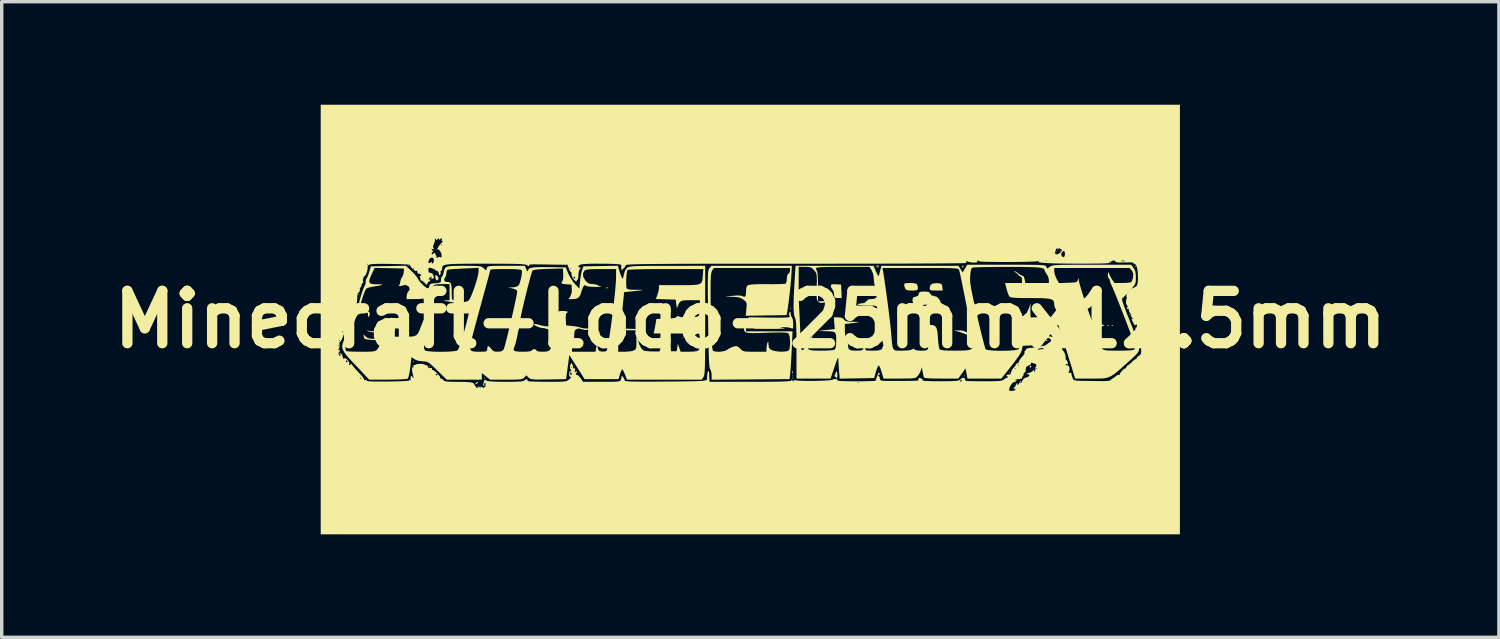
<source format=kicad_pcb>
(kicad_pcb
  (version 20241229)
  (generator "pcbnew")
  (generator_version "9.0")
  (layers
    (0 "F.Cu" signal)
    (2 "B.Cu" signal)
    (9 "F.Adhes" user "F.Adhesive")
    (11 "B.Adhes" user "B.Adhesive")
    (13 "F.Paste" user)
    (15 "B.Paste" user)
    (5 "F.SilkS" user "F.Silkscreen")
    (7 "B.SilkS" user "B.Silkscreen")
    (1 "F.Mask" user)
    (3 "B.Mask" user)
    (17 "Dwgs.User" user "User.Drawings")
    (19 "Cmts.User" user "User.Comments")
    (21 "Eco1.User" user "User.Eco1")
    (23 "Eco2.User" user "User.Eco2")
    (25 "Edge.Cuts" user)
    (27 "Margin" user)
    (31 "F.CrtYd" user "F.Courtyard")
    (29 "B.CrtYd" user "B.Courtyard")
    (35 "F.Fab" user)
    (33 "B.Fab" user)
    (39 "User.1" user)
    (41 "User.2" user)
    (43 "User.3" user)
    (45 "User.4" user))
  (footprint "Minecraft-Logo-25mmx12.5mm"
    (layer "F.Cu")
    (at 18.803 6.256)
    (property "Reference" "Minecraft-Logo-25mmx12.5mm" (at 0 0 0) (layer "F.SilkS") (effects (font (size 1.524 1.524) (thickness 0.3))))
    (attr board_only exclude_from_pos_files exclude_from_bom)
    (fp_poly (pts (xy -11.386 -0.735) (xy -11.402 -0.719) (xy -11.417 -0.735) (xy -11.402 -0.751)) (stroke (width 0) (type solid)) (fill yes) (layer "F.SilkS"))
    (fp_poly (pts (xy -9.947 -1.58) (xy -9.963 -1.564) (xy -9.979 -1.58) (xy -9.963 -1.595)) (stroke (width 0) (type solid)) (fill yes) (layer "F.SilkS"))
    (fp_poly (pts (xy -9.916 1.767) (xy -9.932 1.783) (xy -9.947 1.767) (xy -9.932 1.752)) (stroke (width 0) (type solid)) (fill yes) (layer "F.SilkS"))
    (fp_poly (pts (xy -9.791 1.236) (xy -9.807 1.251) (xy -9.822 1.236) (xy -9.807 1.22)) (stroke (width 0) (type solid)) (fill yes) (layer "F.SilkS"))
    (fp_poly (pts (xy -9.322 1.361) (xy -9.337 1.376) (xy -9.353 1.361) (xy -9.337 1.345)) (stroke (width 0) (type solid)) (fill yes) (layer "F.SilkS"))
    (fp_poly (pts (xy -7.914 1.955) (xy -7.93 1.971) (xy -7.945 1.955) (xy -7.93 1.939)) (stroke (width 0) (type solid)) (fill yes) (layer "F.SilkS"))
    (fp_poly (pts (xy -7.726 1.705) (xy -7.742 1.72) (xy -7.758 1.705) (xy -7.742 1.689)) (stroke (width 0) (type solid)) (fill yes) (layer "F.SilkS"))
    (fp_poly (pts (xy -1.283 1.767) (xy -1.298 1.783) (xy -1.314 1.767) (xy -1.298 1.752)) (stroke (width 0) (type solid)) (fill yes) (layer "F.SilkS"))
    (fp_poly (pts (xy 1.189 -0.328) (xy 1.173 -0.313) (xy 1.157 -0.328) (xy 1.173 -0.344)) (stroke (width 0) (type solid)) (fill yes) (layer "F.SilkS"))
    (fp_poly (pts (xy 1.251 1.642) (xy 1.236 1.658) (xy 1.22 1.642) (xy 1.236 1.627)) (stroke (width 0) (type solid)) (fill yes) (layer "F.SilkS"))
    (fp_poly (pts (xy 1.251 1.705) (xy 1.236 1.72) (xy 1.22 1.705) (xy 1.236 1.689)) (stroke (width 0) (type solid)) (fill yes) (layer "F.SilkS"))
    (fp_poly (pts (xy 3.816 1.767) (xy 3.801 1.783) (xy 3.785 1.767) (xy 3.801 1.752)) (stroke (width 0) (type solid)) (fill yes) (layer "F.SilkS"))
    (fp_poly (pts (xy 6.256 1.642) (xy 6.241 1.658) (xy 6.225 1.642) (xy 6.241 1.627)) (stroke (width 0) (type solid)) (fill yes) (layer "F.SilkS"))
    (fp_poly (pts (xy 7.57 1.548) (xy 7.554 1.564) (xy 7.539 1.548) (xy 7.554 1.533)) (stroke (width 0) (type solid)) (fill yes) (layer "F.SilkS"))
    (fp_poly (pts (xy 8.915 -1.986) (xy 8.899 -1.971) (xy 8.884 -1.986) (xy 8.899 -2.002)) (stroke (width 0) (type solid)) (fill yes) (layer "F.SilkS"))
    (fp_poly (pts (xy 8.915 -1.924) (xy 8.899 -1.908) (xy 8.884 -1.924) (xy 8.899 -1.939)) (stroke (width 0) (type solid)) (fill yes) (layer "F.SilkS"))
    (fp_poly (pts (xy 9.04 -1.986) (xy 9.025 -1.971) (xy 9.009 -1.986) (xy 9.025 -2.002)) (stroke (width 0) (type solid)) (fill yes) (layer "F.SilkS"))
    (fp_poly (pts (xy 11.073 -0.141) (xy 11.058 -0.125) (xy 11.042 -0.141) (xy 11.058 -0.156)) (stroke (width 0) (type solid)) (fill yes) (layer "F.SilkS"))
    (fp_poly (pts (xy 11.23 -1.548) (xy 11.214 -1.533) (xy 11.199 -1.548) (xy 11.214 -1.564)) (stroke (width 0) (type solid)) (fill yes) (layer "F.SilkS"))
    (fp_poly (pts (xy 11.324 0.485) (xy 11.308 0.5) (xy 11.292 0.485) (xy 11.308 0.469)) (stroke (width 0) (type solid)) (fill yes) (layer "F.SilkS"))
    (fp_poly (pts (xy -4.138 -0.926) (xy -4.147 -0.912) (xy -4.179 -0.91) (xy -4.212 -0.917) (xy -4.197 -0.929) (xy -4.149 -0.932)) (stroke (width 0) (type solid)) (fill yes) (layer "F.SilkS"))
    (fp_poly (pts (xy 1.241 1.494) (xy 1.245 1.558) (xy 1.241 1.572) (xy 1.229 1.576) (xy 1.225 1.533) (xy 1.23 1.488)) (stroke (width 0) (type solid)) (fill yes) (layer "F.SilkS"))
    (fp_poly (pts (xy 8.936 0.229) (xy 8.932 0.248) (xy 8.915 0.25) (xy 8.889 0.239) (xy 8.894 0.229) (xy 8.931 0.226)) (stroke (width 0) (type solid)) (fill yes) (layer "F.SilkS"))
    (fp_poly (pts (xy 10.437 0.167) (xy 10.433 0.185) (xy 10.417 0.188) (xy 10.391 0.176) (xy 10.396 0.167) (xy 10.433 0.163)) (stroke (width 0) (type solid)) (fill yes) (layer "F.SilkS"))
    (fp_poly (pts (xy 10.562 0.167) (xy 10.558 0.185) (xy 10.542 0.188) (xy 10.516 0.176) (xy 10.521 0.167) (xy 10.558 0.163)) (stroke (width 0) (type solid)) (fill yes) (layer "F.SilkS"))
    (fp_poly (pts (xy -7.931 1.819) (xy -7.941 1.846) (xy -7.964 1.87) (xy -7.999 1.89) (xy -8.008 1.88) (xy -7.989 1.842) (xy -7.952 1.817)) (stroke (width 0) (type solid)) (fill yes) (layer "F.SilkS"))
    (fp_poly (pts (xy 6.199 -1.576) (xy 6.212 -1.54) (xy 6.208 -1.531) (xy 6.182 -1.503) (xy 6.173 -1.535) (xy 6.173 -1.547) (xy 6.187 -1.578)) (stroke (width 0) (type solid)) (fill yes) (layer "F.SilkS"))
    (fp_poly (pts (xy 5.779 0.291) (xy 5.789 0.3) (xy 5.746 0.305) (xy 5.724 0.306) (xy 5.667 0.302) (xy 5.661 0.294) (xy 5.67 0.291) (xy 5.749 0.286)) (stroke (width 0) (type solid)) (fill yes) (layer "F.SilkS"))
    (fp_poly (pts (xy 8.185 1.364) (xy 8.18 1.376) (xy 8.152 1.406) (xy 8.147 1.408) (xy 8.133 1.383) (xy 8.133 1.376) (xy 8.157 1.346) (xy 8.166 1.345)) (stroke (width 0) (type solid)) (fill yes) (layer "F.SilkS"))
    (fp_poly (pts (xy -9.223 -0.56) (xy -9.205 -0.55) (xy -9.25 -0.532) (xy -9.296 -0.52) (xy -9.364 -0.516) (xy -9.4 -0.532) (xy -9.386 -0.553) (xy -9.322 -0.563) (xy -9.303 -0.563)) (stroke (width 0) (type solid)) (fill yes) (layer "F.SilkS"))
    (fp_poly (pts (xy -9.126 -1.278) (xy -9.085 -1.231) (xy -9.083 -1.174) (xy -9.122 -1.135) (xy -9.122 -1.135) (xy -9.151 -1.153) (xy -9.171 -1.214) (xy -9.171 -1.217) (xy -9.177 -1.279) (xy -9.159 -1.293)) (stroke (width 0) (type solid)) (fill yes) (layer "F.SilkS"))
    (fp_poly (pts (xy 3.729 -1.575) (xy 3.736 -1.567) (xy 3.733 -1.526) (xy 3.725 -1.519) (xy 3.684 -1.522) (xy 3.677 -1.53) (xy 3.679 -1.548) (xy 3.691 -1.548) (xy 3.707 -1.533) (xy 3.722 -1.548) (xy 3.707 -1.564) (xy 3.691 -1.548) (xy 3.679 -1.548) (xy 3.68 -1.571) (xy 3.688 -1.578)) (stroke (width 0) (type solid)) (fill yes) (layer "F.SilkS"))
    (fp_poly (pts (xy 5.448 -1.058) (xy 5.533 -1.048) (xy 5.574 -1.025) (xy 5.59 -0.975) (xy 5.593 -0.946) (xy 5.603 -0.845) (xy 5.414 -0.845) (xy 5.309 -0.846) (xy 5.252 -0.855) (xy 5.229 -0.877) (xy 5.224 -0.918) (xy 5.224 -0.919) (xy 5.246 -1.002) (xy 5.314 -1.048) (xy 5.432 -1.059)) (stroke (width 0) (type solid)) (fill yes) (layer "F.SilkS"))
    (fp_poly (pts (xy 2.495 -1.026) (xy 2.643 -1.017) (xy 2.653 -0.821) (xy 2.662 -0.626) (xy 2.551 -0.626) (xy 2.477 -0.63) (xy 2.446 -0.657) (xy 2.44 -0.723) (xy 2.44 -0.731) (xy 2.427 -0.815) (xy 2.395 -0.874) (xy 2.393 -0.876) (xy 2.353 -0.939) (xy 2.346 -0.975) (xy 2.354 -1.012) (xy 2.389 -1.027) (xy 2.466 -1.028)) (stroke (width 0) (type solid)) (fill yes) (layer "F.SilkS"))
    (fp_poly (pts (xy 4.774 -1.058) (xy 4.842 -1.035) (xy 4.873 -0.985) (xy 4.88 -0.905) (xy 4.872 -0.87) (xy 4.837 -0.852) (xy 4.762 -0.845) (xy 4.707 -0.845) (xy 4.606 -0.847) (xy 4.549 -0.861) (xy 4.518 -0.892) (xy 4.504 -0.925) (xy 4.48 -0.999) (xy 4.487 -1.04) (xy 4.534 -1.059) (xy 4.632 -1.063) (xy 4.657 -1.064)) (stroke (width 0) (type solid)) (fill yes) (layer "F.SilkS"))
    (fp_poly (pts (xy 2.532 1.553) (xy 2.534 1.605) (xy 2.53 1.68) (xy 2.521 1.719) (xy 2.518 1.72) (xy 2.503 1.696) (xy 2.502 1.687) (xy 2.485 1.667) (xy 2.477 1.67) (xy 2.457 1.664) (xy 2.456 1.621) (xy 2.468 1.58) (xy 2.471 1.58) (xy 2.487 1.595) (xy 2.502 1.58) (xy 2.487 1.564) (xy 2.471 1.58) (xy 2.468 1.58) (xy 2.471 1.567) (xy 2.497 1.526) (xy 2.521 1.515)) (stroke (width 0) (type solid)) (fill yes) (layer "F.SilkS"))
    (fp_poly (pts (xy 5.164 -0.808) (xy 5.215 -0.79) (xy 5.239 -0.751) (xy 5.24 -0.751) (xy 5.284 -0.699) (xy 5.345 -0.688) (xy 5.435 -0.659) (xy 5.509 -0.583) (xy 5.556 -0.472) (xy 5.568 -0.377) (xy 5.564 -0.296) (xy 5.544 -0.259) (xy 5.498 -0.25) (xy 5.49 -0.25) (xy 5.426 -0.267) (xy 5.412 -0.299) (xy 5.383 -0.345) (xy 5.311 -0.387) (xy 5.214 -0.419) (xy 5.11 -0.433) (xy 5.072 -0.432) (xy 4.994 -0.419) (xy 4.959 -0.386) (xy 4.948 -0.336) (xy 4.924 -0.268) (xy 4.881 -0.253) (xy 4.829 -0.289) (xy 4.778 -0.371) (xy 4.743 -0.468) (xy 4.724 -0.556) (xy 4.723 -0.571) (xy 4.736 -0.633) (xy 4.787 -0.659) (xy 4.809 -0.663) (xy 4.88 -0.689) (xy 4.905 -0.743) (xy 4.919 -0.786) (xy 4.956 -0.806) (xy 5.032 -0.813) (xy 5.068 -0.813)) (stroke (width 0) (type solid)) (fill yes) (layer "F.SilkS"))
    (fp_poly (pts (xy 1.17 -0.219) (xy 1.173 -0.179) (xy 1.187 -0.104) (xy 1.21 -0.068) (xy 1.235 -0.013) (xy 1.249 0.081) (xy 1.251 0.128) (xy 1.249 0.219) (xy 1.239 0.26) (xy 1.215 0.263) (xy 1.191 0.251) (xy 1.124 0.233) (xy 1.025 0.224) (xy 0.98 0.224) (xy 0.829 0.229) (xy 0.985 0.25) (xy 1.007 0.257) (xy 0.971 0.263) (xy 0.883 0.267) (xy 0.749 0.27) (xy 0.574 0.271) (xy 0.532 0.271) (xy 0.337 0.27) (xy 0.195 0.268) (xy 0.109 0.264) (xy 0.081 0.258) (xy 0.113 0.252) (xy 0.125 0.25) (xy 0.328 0.23) (xy 0.149 0.224) (xy 0.036 0.215) (xy -0.027 0.185) (xy -0.052 0.123) (xy -0.053 0.013) (xy -0.053 0.007) (xy -0.049 -0.065) (xy 0.568 -0.056) (xy 0.791 -0.054) (xy 0.964 -0.056) (xy 1.084 -0.061) (xy 1.147 -0.069) (xy 1.156 -0.077) (xy 1.13 -0.132) (xy 1.131 -0.196) (xy 1.152 -0.231)) (stroke (width 0) (type solid)) (fill yes) (layer "F.SilkS"))
    (fp_poly (pts (xy 1.197 -1.306) (xy 1.187 -1.159) (xy 1.17 -0.971) (xy 1.147 -0.762) (xy 1.122 -0.553) (xy 1.097 -0.366) (xy 1.075 -0.228) (xy 1.057 -0.128) (xy 0.462 -0.119) (xy -0.133 -0.109) (xy -0.115 -0.304) (xy -0.106 -0.412) (xy -0.11 -0.478) (xy -0.133 -0.522) (xy -0.182 -0.564) (xy -0.2 -0.578) (xy -0.27 -0.623) (xy -0.348 -0.648) (xy -0.455 -0.659) (xy -0.519 -0.661) (xy -0.735 -0.665) (xy -0.518 -0.69) (xy -0.39 -0.7) (xy -0.291 -0.697) (xy -0.246 -0.686) (xy -0.18 -0.66) (xy -0.143 -0.676) (xy -0.127 -0.741) (xy -0.125 -0.812) (xy -0.12 -0.913) (xy -0.098 -0.971) (xy -0.061 -1.002) (xy -0.002 -1.015) (xy 0.114 -1.025) (xy 0.279 -1.03) (xy 0.488 -1.03) (xy 0.498 -1.03) (xy 0.67 -1.029) (xy 0.82 -1.031) (xy 0.937 -1.035) (xy 1.011 -1.041) (xy 1.029 -1.046) (xy 1.051 -1.088) (xy 1.063 -1.167) (xy 1.064 -1.191) (xy 1.076 -1.29) (xy 1.11 -1.334) (xy 1.147 -1.376) (xy 1.157 -1.427) (xy 1.157 -1.501) (xy -1.06 -1.501) (xy -1.109 -1.432) (xy -1.127 -1.394) (xy -1.14 -1.336) (xy -1.149 -1.249) (xy -1.155 -1.122) (xy -1.157 -0.947) (xy -1.157 -0.821) (xy -1.157 -0.625) (xy -1.155 -0.482) (xy -1.151 -0.384) (xy -1.144 -0.321) (xy -1.132 -0.285) (xy -1.114 -0.266) (xy -1.092 -0.255) (xy -1.048 -0.233) (xy -1.059 -0.206) (xy -1.076 -0.19) (xy -1.097 -0.143) (xy -1.113 -0.048) (xy -1.124 0.082) (xy -1.13 0.234) (xy -1.132 0.397) (xy -1.129 0.557) (xy -1.122 0.701) (xy -1.11 0.819) (xy -1.093 0.896) (xy -1.077 0.919) (xy -0.979 0.939) (xy -0.862 0.937) (xy -0.752 0.918) (xy -0.676 0.883) (xy -0.675 0.881) (xy -0.6 0.834) (xy -0.505 0.794) (xy -0.495 0.791) (xy -0.416 0.774) (xy -0.362 0.787) (xy -0.304 0.838) (xy -0.294 0.848) (xy -0.253 0.888) (xy -0.214 0.914) (xy -0.161 0.929) (xy -0.082 0.936) (xy 0.038 0.938) (xy 0.131 0.938) (xy 0.469 0.938) (xy 0.471 0.837) (xy 0.481 0.744) (xy 0.5 0.673) (xy 0.518 0.643) (xy 0.527 0.665) (xy 0.53 0.726) (xy 0.541 0.812) (xy 0.581 0.865) (xy 0.624 0.891) (xy 0.708 0.918) (xy 0.82 0.933) (xy 0.938 0.937) (xy 1.042 0.929) (xy 1.111 0.908) (xy 1.12 0.901) (xy 1.144 0.844) (xy 1.157 0.748) (xy 1.158 0.635) (xy 1.149 0.525) (xy 1.13 0.44) (xy 1.109 0.406) (xy 1.077 0.391) (xy 1.016 0.382) (xy 0.919 0.378) (xy 0.779 0.378) (xy 0.587 0.382) (xy 0.472 0.386) (xy 0.248 0.394) (xy 0.081 0.396) (xy -0.039 0.392) (xy -0.118 0.377) (xy -0.163 0.349) (xy -0.182 0.304) (xy -0.181 0.241) (xy -0.168 0.156) (xy -0.164 0.133) (xy -0.133 -0.047) (xy -0.129 0.149) (xy -0.125 0.344) (xy 1.23 0.344) (xy 1.207 0.868) (xy 1.197 1.058) (xy 1.187 1.24) (xy 1.177 1.398) (xy 1.167 1.518) (xy 1.163 1.564) (xy 1.142 1.736) (xy 0.008 1.744) (xy -1.126 1.753) (xy -1.126 1.622) (xy -1.136 1.527) (xy -1.161 1.454) (xy -1.169 1.441) (xy -1.18 1.418) (xy -1.189 1.371) (xy -1.197 1.295) (xy -1.204 1.187) (xy -1.21 1.039) (xy -1.215 0.849) (xy -1.22 0.611) (xy -1.225 0.319) (xy -1.229 -0.016) (xy -1.233 -0.35) (xy -1.236 -0.627) (xy -1.238 -0.853) (xy -1.239 -1.033) (xy -1.237 -1.174) (xy -1.234 -1.28) (xy -1.23 -1.357) (xy -1.223 -1.412) (xy -1.214 -1.449) (xy -1.203 -1.474) (xy -1.189 -1.494) (xy -1.132 -1.564) (xy 1.21 -1.564)) (stroke (width 0) (type solid)) (fill yes) (layer "F.SilkS"))
    (fp_poly (pts (xy 7.76 -1.595) (xy 8.001 -1.595) (xy 8.192 -1.593) (xy 8.339 -1.591) (xy 8.447 -1.587) (xy 8.522 -1.582) (xy 8.572 -1.575) (xy 8.601 -1.565) (xy 8.616 -1.552) (xy 8.623 -1.537) (xy 8.624 -1.533) (xy 8.638 -1.493) (xy 8.661 -1.491) (xy 8.712 -1.528) (xy 8.719 -1.533) (xy 8.742 -1.549) (xy 8.771 -1.562) (xy 8.81 -1.573) (xy 8.868 -1.581) (xy 8.949 -1.587) (xy 9.062 -1.591) (xy 9.211 -1.593) (xy 9.404 -1.595) (xy 9.646 -1.595) (xy 9.945 -1.595) (xy 11.093 -1.595) (xy 11.161 -1.503) (xy 11.205 -1.424) (xy 11.226 -1.326) (xy 11.23 -1.223) (xy 11.228 -1.13) (xy 11.217 -1.063) (xy 11.189 -1.003) (xy 11.134 -0.932) (xy 11.05 -0.839) (xy 10.965 -0.748) (xy 10.896 -0.676) (xy 10.853 -0.636) (xy 10.847 -0.631) (xy 10.832 -0.618) (xy 10.828 -0.59) (xy 10.836 -0.542) (xy 10.859 -0.465) (xy 10.898 -0.354) (xy 10.956 -0.202) (xy 11.036 -0.001) (xy 11.073 0.094) (xy 11.166 0.331) (xy 11.238 0.53) (xy 11.29 0.687) (xy 11.318 0.795) (xy 11.324 0.837) (xy 11.321 0.886) (xy 11.307 0.931) (xy 11.275 0.98) (xy 11.218 1.042) (xy 11.128 1.127) (xy 10.999 1.244) (xy 10.99 1.251) (xy 10.823 1.401) (xy 10.691 1.515) (xy 10.586 1.598) (xy 10.495 1.655) (xy 10.407 1.691) (xy 10.313 1.711) (xy 10.2 1.719) (xy 10.058 1.72) (xy 9.935 1.72) (xy 9.462 1.72) (xy 9.2 0.876) (xy 9.131 0.658) (xy 9.068 0.461) (xy 9.013 0.293) (xy 8.968 0.16) (xy 8.936 0.071) (xy 8.919 0.033) (xy 8.918 0.033) (xy 8.893 0.057) (xy 8.838 0.121) (xy 8.759 0.218) (xy 8.664 0.338) (xy 8.623 0.391) (xy 8.346 0.748) (xy 8.138 0.757) (xy 7.931 0.766) (xy 7.913 0.876) (xy 7.885 0.952) (xy 7.818 1.064) (xy 7.711 1.213) (xy 7.604 1.353) (xy 7.312 1.72) (xy 6.325 1.72) (xy 6.297 1.572) (xy 6.269 1.423) (xy 6.163 1.572) (xy 6.056 1.72) (xy 5.561 1.72) (xy 5.36 1.719) (xy 5.216 1.715) (xy 5.12 1.706) (xy 5.068 1.694) (xy 5.053 1.681) (xy 5.04 1.627) (xy 5.023 1.541) (xy 5.019 1.517) (xy 4.997 1.392) (xy 4.966 1.486) (xy 4.921 1.58) (xy 4.87 1.65) (xy 4.842 1.677) (xy 4.809 1.697) (xy 4.759 1.709) (xy 4.682 1.716) (xy 4.567 1.719) (xy 4.404 1.72) (xy 4.344 1.72) (xy 3.881 1.72) (xy 3.823 1.525) (xy 3.79 1.426) (xy 3.759 1.358) (xy 3.737 1.335) (xy 3.714 1.366) (xy 3.684 1.441) (xy 3.658 1.523) (xy 3.608 1.705) (xy 2.605 1.722) (xy 2.585 1.51) (xy 2.575 1.378) (xy 2.567 1.252) (xy 2.565 1.173) (xy 2.562 1.126) (xy 2.553 1.117) (xy 2.535 1.149) (xy 2.504 1.23) (xy 2.458 1.363) (xy 2.451 1.384) (xy 2.338 1.72) (xy 1.345 1.72) (xy 1.345 0.874) (xy 1.345 0.613) (xy 1.343 0.406) (xy 1.339 0.247) (xy 1.334 0.129) (xy 1.325 0.043) (xy 1.314 -0.016) (xy 1.3 -0.058) (xy 1.296 -0.066) (xy 1.278 -0.122) (xy 1.266 -0.21) (xy 1.26 -0.336) (xy 1.261 -0.503) (xy 1.268 -0.719) (xy 1.275 -0.85) (xy 1.408 -0.85) (xy 1.603 -0.82) (xy 1.704 -0.804) (xy 1.746 -0.794) (xy 1.735 -0.789) (xy 1.673 -0.786) (xy 1.666 -0.786) (xy 1.534 -0.761) (xy 1.468 -0.717) (xy 1.438 -0.681) (xy 1.42 -0.638) (xy 1.413 -0.572) (xy 1.415 -0.47) (xy 1.421 -0.365) (xy 1.429 -0.222) (xy 1.438 -0.039) (xy 1.447 0.161) (xy 1.455 0.357) (xy 1.456 0.375) (xy 1.464 0.574) (xy 1.471 0.718) (xy 1.48 0.814) (xy 1.491 0.87) (xy 1.507 0.893) (xy 1.527 0.891) (xy 1.548 0.877) (xy 1.596 0.814) (xy 1.611 0.781) (xy 1.654 0.723) (xy 1.687 0.705) (xy 1.736 0.657) (xy 1.769 0.555) (xy 1.77 0.554) (xy 1.795 0.422) (xy 1.807 0.547) (xy 1.808 0.637) (xy 1.78 0.696) (xy 1.733 0.74) (xy 1.678 0.791) (xy 1.669 0.829) (xy 1.687 0.858) (xy 1.719 0.881) (xy 1.775 0.895) (xy 1.867 0.904) (xy 2.007 0.907) (xy 2.078 0.907) (xy 2.264 0.903) (xy 2.391 0.893) (xy 2.458 0.875) (xy 2.465 0.87) (xy 2.485 0.818) (xy 2.499 0.718) (xy 2.502 0.607) (xy 2.501 0.492) (xy 2.49 0.417) (xy 2.457 0.373) (xy 2.392 0.351) (xy 2.284 0.342) (xy 2.164 0.339) (xy 2.067 0.336) (xy 2.016 0.331) (xy 2.017 0.325) (xy 2.033 0.323) (xy 2.132 0.313) (xy 2.254 0.301) (xy 2.302 0.296) (xy 2.46 0.278) (xy 2.446 0.108) (xy 2.432 -0.063) (xy 2.561 -0.063) (xy 2.66 -0.052) (xy 2.718 -0.015) (xy 2.729 0) (xy 2.76 0.034) (xy 2.812 0.054) (xy 2.9 0.064) (xy 2.987 0.066) (xy 3.098 0.069) (xy 3.15 0.074) (xy 3.143 0.082) (xy 3.076 0.093) (xy 2.947 0.108) (xy 2.933 0.11) (xy 2.753 0.13) (xy 2.754 0.339) (xy 2.763 0.486) (xy 2.787 0.585) (xy 2.801 0.608) (xy 2.838 0.686) (xy 2.847 0.739) (xy 2.853 0.825) (xy 2.882 0.876) (xy 2.946 0.9) (xy 3.058 0.907) (xy 3.078 0.907) (xy 3.186 0.905) (xy 3.248 0.895) (xy 3.282 0.869) (xy 3.306 0.823) (xy 3.306 0.821) (xy 3.34 0.735) (xy 3.344 0.821) (xy 3.348 0.866) (xy 3.365 0.891) (xy 3.409 0.903) (xy 3.494 0.907) (xy 3.57 0.907) (xy 3.697 0.904) (xy 3.776 0.891) (xy 3.823 0.866) (xy 3.835 0.852) (xy 3.875 0.753) (xy 3.857 0.649) (xy 3.833 0.608) (xy 3.809 0.554) (xy 3.794 0.461) (xy 3.786 0.319) (xy 3.785 0.219) (xy 3.779 0.027) (xy 3.764 -0.106) (xy 3.739 -0.186) (xy 3.738 -0.188) (xy 3.704 -0.272) (xy 3.692 -0.336) (xy 3.688 -0.37) (xy 3.67 -0.39) (xy 3.626 -0.401) (xy 3.542 -0.406) (xy 3.41 -0.407) (xy 3.275 -0.41) (xy 3.178 -0.419) (xy 3.131 -0.433) (xy 3.128 -0.438) (xy 3.156 -0.459) (xy 3.223 -0.469) (xy 3.236 -0.469) (xy 3.329 -0.485) (xy 3.378 -0.532) (xy 3.44 -0.584) (xy 3.502 -0.594) (xy 3.609 -0.603) (xy 3.667 -0.637) (xy 3.689 -0.704) (xy 3.69 -0.746) (xy 3.677 -0.847) (xy 3.646 -0.935) (xy 3.644 -0.938) (xy 3.617 -1.017) (xy 3.601 -1.124) (xy 3.598 -1.173) (xy 3.578 -1.329) (xy 3.535 -1.431) (xy 3.473 -1.533) (xy 2.691 -1.533) (xy 2.445 -1.532) (xy 2.255 -1.531) (xy 2.115 -1.527) (xy 2.016 -1.522) (xy 1.954 -1.514) (xy 1.92 -1.504) (xy 1.908 -1.491) (xy 1.908 -1.488) (xy 1.927 -1.434) (xy 1.939 -1.423) (xy 1.952 -1.385) (xy 1.962 -1.294) (xy 1.968 -1.158) (xy 1.971 -0.987) (xy 1.971 -0.966) (xy 1.971 -0.529) (xy 2.127 -0.536) (xy 2.221 -0.536) (xy 2.287 -0.529) (xy 2.304 -0.522) (xy 2.292 -0.507) (xy 2.236 -0.501) (xy 2.229 -0.5) (xy 2.146 -0.495) (xy 2.09 -0.484) (xy 2.033 -0.488) (xy 1.986 -0.513) (xy 1.96 -0.536) (xy 1.943 -0.571) (xy 1.934 -0.627) (xy 1.931 -0.716) (xy 1.932 -0.851) (xy 1.934 -0.946) (xy 1.938 -1.109) (xy 1.937 -1.221) (xy 1.931 -1.298) (xy 1.918 -1.35) (xy 1.895 -1.391) (xy 1.861 -1.434) (xy 1.807 -1.49) (xy 1.754 -1.52) (xy 1.678 -1.531) (xy 1.593 -1.533) (xy 1.408 -1.533) (xy 1.408 -0.85) (xy 1.275 -0.85) (xy 1.282 -0.987) (xy 1.3 -1.275) (xy 1.318 -1.564) (xy 3.589 -1.564) (xy 3.659 -1.4) (xy 3.698 -1.317) (xy 3.728 -1.27) (xy 3.74 -1.267) (xy 3.754 -1.315) (xy 3.776 -1.397) (xy 3.784 -1.431) (xy 3.803 -1.501) (xy 3.849 -1.501) (xy 3.865 -1.415) (xy 3.886 -1.288) (xy 3.913 -1.112) (xy 3.943 -0.9) (xy 3.975 -0.668) (xy 4.007 -0.427) (xy 4.037 -0.191) (xy 4.063 0.025) (xy 4.084 0.209) (xy 4.098 0.347) (xy 4.099 0.36) (xy 4.115 0.557) (xy 4.128 0.7) (xy 4.144 0.798) (xy 4.168 0.859) (xy 4.203 0.893) (xy 4.257 0.906) (xy 4.332 0.908) (xy 4.422 0.907) (xy 4.573 0.902) (xy 4.677 0.887) (xy 4.721 0.868) (xy 4.758 0.845) (xy 4.777 0.868) (xy 4.818 0.893) (xy 4.916 0.906) (xy 4.976 0.907) (xy 5.08 0.905) (xy 5.138 0.894) (xy 5.166 0.868) (xy 5.18 0.828) (xy 5.182 0.761) (xy 5.168 0.653) (xy 5.143 0.522) (xy 5.134 0.485) (xy 5.104 0.362) (xy 5.081 0.261) (xy 5.069 0.199) (xy 5.067 0.189) (xy 5.096 0.17) (xy 5.168 0.158) (xy 5.223 0.156) (xy 5.314 0.162) (xy 5.377 0.186) (xy 5.418 0.238) (xy 5.444 0.327) (xy 5.46 0.464) (xy 5.466 0.56) (xy 5.477 0.687) (xy 5.492 0.792) (xy 5.508 0.858) (xy 5.513 0.868) (xy 5.551 0.886) (xy 5.633 0.898) (xy 5.767 0.905) (xy 5.957 0.907) (xy 5.968 0.907) (xy 6.165 0.905) (xy 6.308 0.897) (xy 6.404 0.88) (xy 6.461 0.848) (xy 6.488 0.799) (xy 6.492 0.729) (xy 6.484 0.661) (xy 6.45 0.534) (xy 6.389 0.459) (xy 6.323 0.439) (xy 6.268 0.426) (xy 6.189 0.395) (xy 6.183 0.392) (xy 6.078 0.356) (xy 5.975 0.335) (xy 5.933 0.328) (xy 5.954 0.322) (xy 6.037 0.318) (xy 6.043 0.318) (xy 6.143 0.32) (xy 6.216 0.331) (xy 6.241 0.344) (xy 6.285 0.369) (xy 6.354 0.374) (xy 6.413 0.359) (xy 6.426 0.347) (xy 6.424 0.312) (xy 6.411 0.225) (xy 6.389 0.096) (xy 6.359 -0.066) (xy 6.325 -0.252) (xy 6.287 -0.452) (xy 6.247 -0.657) (xy 6.207 -0.857) (xy 6.17 -1.044) (xy 6.137 -1.202) (xy 6.401 -1.202) (xy 6.402 -1.13) (xy 6.409 -1.048) (xy 6.424 -0.947) (xy 6.447 -0.821) (xy 6.48 -0.661) (xy 6.525 -0.458) (xy 6.583 -0.205) (xy 6.605 -0.112) (xy 6.66 0.123) (xy 6.712 0.339) (xy 6.759 0.528) (xy 6.799 0.682) (xy 6.83 0.795) (xy 6.851 0.857) (xy 6.855 0.866) (xy 6.902 0.885) (xy 6.997 0.898) (xy 7.125 0.907) (xy 7.274 0.911) (xy 7.429 0.91) (xy 7.575 0.904) (xy 7.698 0.893) (xy 7.785 0.877) (xy 7.819 0.861) (xy 7.836 0.799) (xy 7.832 0.679) (xy 7.808 0.505) (xy 7.763 0.276) (xy 7.739 0.172) (xy 7.716 0.07) (xy 7.701 -0.005) (xy 7.696 -0.035) (xy 7.723 -0.051) (xy 7.792 -0.067) (xy 7.825 -0.072) (xy 7.959 -0.114) (xy 8.056 -0.202) (xy 8.12 -0.341) (xy 8.124 -0.353) (xy 8.162 -0.485) (xy 8.158 -0.375) (xy 8.157 -0.264) (xy 8.16 -0.163) (xy 8.164 -0.061) (xy 8.547 -0.069) (xy 8.708 -0.074) (xy 8.816 -0.079) (xy 8.883 -0.087) (xy 8.919 -0.101) (xy 8.935 -0.123) (xy 8.941 -0.148) (xy 8.931 -0.227) (xy 8.901 -0.288) (xy 8.863 -0.373) (xy 8.852 -0.44) (xy 8.848 -0.5) (xy 8.83 -0.546) (xy 8.79 -0.579) (xy 8.721 -0.601) (xy 8.615 -0.615) (xy 8.465 -0.622) (xy 8.264 -0.624) (xy 8.165 -0.624) (xy 7.943 -0.625) (xy 7.777 -0.629) (xy 7.661 -0.636) (xy 7.588 -0.647) (xy 7.552 -0.662) (xy 7.551 -0.664) (xy 7.522 -0.715) (xy 7.489 -0.804) (xy 7.466 -0.884) (xy 7.419 -1.064) (xy 7.914 -1.064) (xy 7.914 -1.157) (xy 7.901 -1.23) (xy 7.87 -1.251) (xy 7.822 -1.276) (xy 7.809 -1.299) (xy 7.767 -1.347) (xy 7.719 -1.375) (xy 7.679 -1.397) (xy 7.698 -1.406) (xy 7.755 -1.386) (xy 7.805 -1.345) (xy 7.866 -1.298) (xy 7.915 -1.283) (xy 7.961 -1.256) (xy 7.99 -1.173) (xy 7.99 -1.173) (xy 8.011 -1.064) (xy 8.696 -1.064) (xy 8.696 -1.153) (xy 8.676 -1.243) (xy 8.633 -1.322) (xy 8.59 -1.387) (xy 8.583 -1.404) (xy 8.852 -1.404) (xy 8.868 -1.315) (xy 8.907 -1.212) (xy 8.921 -1.184) (xy 8.99 -1.061) (xy 9.256 -1.07) (xy 9.386 -1.076) (xy 9.466 -1.084) (xy 9.511 -1.099) (xy 9.533 -1.126) (xy 9.544 -1.157) (xy 9.559 -1.205) (xy 9.566 -1.198) (xy 9.569 -1.136) (xy 9.58 -1.078) (xy 9.608 -0.974) (xy 9.65 -0.835) (xy 9.701 -0.673) (xy 9.758 -0.501) (xy 9.816 -0.329) (xy 9.873 -0.169) (xy 9.923 -0.033) (xy 9.963 0.066) (xy 9.989 0.119) (xy 9.989 0.12) (xy 10.046 0.148) (xy 10.105 0.145) (xy 10.198 0.14) (xy 10.262 0.148) (xy 10.306 0.162) (xy 10.302 0.176) (xy 10.243 0.198) (xy 10.23 0.203) (xy 10.141 0.242) (xy 10.092 0.293) (xy 10.079 0.369) (xy 10.096 0.484) (xy 10.113 0.554) (xy 10.151 0.672) (xy 10.196 0.775) (xy 10.235 0.836) (xy 10.266 0.864) (xy 10.301 0.884) (xy 10.354 0.897) (xy 10.434 0.904) (xy 10.554 0.907) (xy 10.724 0.907) (xy 10.731 0.907) (xy 10.912 0.906) (xy 11.039 0.901) (xy 11.124 0.892) (xy 11.174 0.878) (xy 11.198 0.86) (xy 11.206 0.838) (xy 11.203 0.796) (xy 11.188 0.729) (xy 11.157 0.631) (xy 11.11 0.497) (xy 11.045 0.32) (xy 10.959 0.094) (xy 10.902 -0.055) (xy 10.815 -0.277) (xy 10.734 -0.484) (xy 10.661 -0.665) (xy 10.6 -0.815) (xy 10.554 -0.924) (xy 10.527 -0.985) (xy 10.523 -0.992) (xy 10.489 -1.065) (xy 10.479 -1.114) (xy 10.457 -1.179) (xy 10.438 -1.201) (xy 10.411 -1.262) (xy 10.418 -1.329) (xy 10.434 -1.381) (xy 10.443 -1.372) (xy 10.444 -1.36) (xy 10.463 -1.296) (xy 10.508 -1.211) (xy 10.527 -1.18) (xy 10.606 -1.064) (xy 10.832 -1.064) (xy 10.948 -1.067) (xy 11.041 -1.075) (xy 11.092 -1.087) (xy 11.093 -1.087) (xy 11.12 -1.131) (xy 11.143 -1.21) (xy 11.148 -1.236) (xy 11.153 -1.335) (xy 11.126 -1.406) (xy 11.107 -1.431) (xy 11.048 -1.501) (xy 8.852 -1.501) (xy 8.852 -1.404) (xy 8.583 -1.404) (xy 8.571 -1.434) (xy 8.571 -1.435) (xy 8.564 -1.462) (xy 8.539 -1.483) (xy 8.489 -1.5) (xy 8.41 -1.512) (xy 8.296 -1.521) (xy 8.139 -1.527) (xy 7.935 -1.531) (xy 7.678 -1.532) (xy 7.502 -1.532) (xy 7.261 -1.532) (xy 7.039 -1.53) (xy 6.843 -1.527) (xy 6.682 -1.524) (xy 6.564 -1.52) (xy 6.497 -1.516) (xy 6.487 -1.514) (xy 6.451 -1.497) (xy 6.429 -1.459) (xy 6.415 -1.387) (xy 6.404 -1.272) (xy 6.401 -1.202) (xy 6.137 -1.202) (xy 6.136 -1.207) (xy 6.107 -1.338) (xy 6.086 -1.426) (xy 6.081 -1.447) (xy 6.073 -1.461) (xy 6.054 -1.473) (xy 6.019 -1.482) (xy 5.962 -1.489) (xy 5.875 -1.494) (xy 5.754 -1.498) (xy 5.591 -1.5) (xy 5.382 -1.501) (xy 5.119 -1.501) (xy 4.957 -1.501) (xy 3.849 -1.501) (xy 3.803 -1.501) (xy 3.819 -1.564) (xy 6.062 -1.564) (xy 6.123 -1.468) (xy 6.184 -1.371) (xy 6.251 -1.483) (xy 6.317 -1.595) (xy 7.462 -1.595)) (stroke (width 0) (type solid)) (fill yes) (layer "F.SilkS"))
    (fp_poly (pts (xy -9.873 -1.417) (xy -9.787 -1.329) (xy -9.717 -1.245) (xy -9.681 -1.186) (xy -9.642 -1.122) (xy -9.576 -1.046) (xy -9.499 -0.974) (xy -9.43 -0.923) (xy -9.39 -0.907) (xy -9.361 -0.934) (xy -9.347 -0.978) (xy -9.333 -1.02) (xy -9.296 -1.043) (xy -9.219 -1.054) (xy -9.173 -1.057) (xy -9.078 -1.065) (xy -9.029 -1.08) (xy -9.011 -1.112) (xy -9.009 -1.156) (xy -8.915 -1.156) (xy -8.899 -1.11) (xy -8.84 -1.095) (xy -8.825 -1.095) (xy -8.766 -1.088) (xy -8.728 -1.059) (xy -8.707 -0.999) (xy -8.698 -0.895) (xy -8.696 -0.779) (xy -8.695 -0.666) (xy -8.688 -0.601) (xy -8.67 -0.572) (xy -8.638 -0.563) (xy -8.62 -0.563) (xy -8.553 -0.552) (xy -8.524 -0.532) (xy -8.477 -0.507) (xy -8.395 -0.501) (xy -8.302 -0.513) (xy -8.224 -0.54) (xy -8.202 -0.555) (xy -8.166 -0.609) (xy -8.12 -0.708) (xy -8.069 -0.838) (xy -8.018 -0.984) (xy -7.972 -1.13) (xy -7.937 -1.263) (xy -7.917 -1.367) (xy -7.914 -1.402) (xy -7.914 -1.505) (xy -8.344 -1.485) (xy -8.504 -1.477) (xy -8.643 -1.469) (xy -8.748 -1.461) (xy -8.807 -1.454) (xy -8.813 -1.453) (xy -8.841 -1.417) (xy -8.852 -1.348) (xy -8.862 -1.275) (xy -8.884 -1.236) (xy -8.91 -1.191) (xy -8.915 -1.156) (xy -9.009 -1.156) (xy -9.009 -1.159) (xy -9.001 -1.224) (xy -8.981 -1.251) (xy -8.958 -1.279) (xy -8.936 -1.347) (xy -8.931 -1.369) (xy -8.917 -1.439) (xy -8.897 -1.489) (xy -8.863 -1.524) (xy -8.806 -1.546) (xy -8.716 -1.558) (xy -8.585 -1.563) (xy -8.403 -1.564) (xy -8.342 -1.564) (xy -8.153 -1.564) (xy -8.017 -1.561) (xy -7.922 -1.556) (xy -7.858 -1.547) (xy -7.815 -1.531) (xy -7.783 -1.51) (xy -7.766 -1.495) (xy -7.693 -1.426) (xy -7.675 -1.495) (xy -7.666 -1.52) (xy -7.65 -1.538) (xy -7.616 -1.55) (xy -7.557 -1.558) (xy -7.463 -1.562) (xy -7.325 -1.564) (xy -7.135 -1.564) (xy -7.113 -1.564) (xy -6.569 -1.564) (xy -6.525 -1.462) (xy -6.495 -1.408) (xy -6.479 -1.405) (xy -6.478 -1.414) (xy -6.466 -1.457) (xy -6.431 -1.489) (xy -6.364 -1.51) (xy -6.259 -1.522) (xy -6.107 -1.527) (xy -5.902 -1.526) (xy -5.863 -1.526) (xy -5.374 -1.517) (xy -5.302 -1.339) (xy -5.238 -1.214) (xy -5.154 -1.089) (xy -5.105 -1.031) (xy -4.979 -0.9) (xy -4.959 -1.115) (xy -4.943 -1.244) (xy -4.92 -1.364) (xy -4.9 -1.439) (xy -4.862 -1.548) (xy -4.36 -1.557) (xy -3.858 -1.566) (xy -3.801 -1.377) (xy -3.768 -1.279) (xy -3.739 -1.211) (xy -3.722 -1.189) (xy -3.704 -1.216) (xy -3.687 -1.286) (xy -3.683 -1.314) (xy -3.645 -1.433) (xy -3.592 -1.501) (xy -3.57 -1.517) (xy -3.542 -1.53) (xy -3.502 -1.54) (xy -3.442 -1.548) (xy -3.358 -1.554) (xy -3.242 -1.558) (xy -3.087 -1.56) (xy -2.887 -1.562) (xy -2.636 -1.563) (xy -2.416 -1.563) (xy -1.314 -1.564) (xy -1.314 0.017) (xy -1.314 0.376) (xy -1.315 0.678) (xy -1.316 0.928) (xy -1.318 1.131) (xy -1.321 1.292) (xy -1.325 1.417) (xy -1.33 1.511) (xy -1.337 1.579) (xy -1.345 1.626) (xy -1.355 1.657) (xy -1.364 1.675) (xy -1.415 1.752) (xy -3.592 1.752) (xy -3.646 1.61) (xy -3.683 1.524) (xy -3.715 1.465) (xy -3.726 1.452) (xy -3.748 1.47) (xy -3.777 1.533) (xy -3.795 1.586) (xy -3.838 1.736) (xy -4.826 1.736) (xy -5.049 1.384) (xy -5.271 1.033) (xy -5.318 1.384) (xy -5.366 1.736) (xy -5.879 1.745) (xy -6.07 1.747) (xy -6.209 1.748) (xy -6.306 1.744) (xy -6.37 1.736) (xy -6.413 1.723) (xy -6.444 1.703) (xy -6.459 1.689) (xy -6.527 1.626) (xy -6.584 1.689) (xy -6.611 1.713) (xy -6.647 1.73) (xy -6.702 1.742) (xy -6.788 1.748) (xy -6.914 1.751) (xy -7.091 1.752) (xy -7.109 1.752) (xy -7.577 1.752) (xy -7.698 1.655) (xy -7.82 1.559) (xy -7.82 1.752) (xy -8.842 1.752) (xy -9.114 1.486) (xy -9.229 1.374) (xy -9.312 1.299) (xy -9.374 1.253) (xy -9.426 1.23) (xy -9.48 1.221) (xy -9.534 1.22) (xy -9.684 1.199) (xy -9.775 1.158) (xy -9.869 1.096) (xy -9.904 1.396) (xy -9.927 1.553) (xy -9.952 1.663) (xy -9.978 1.72) (xy -9.982 1.723) (xy -10.027 1.733) (xy -10.122 1.74) (xy -10.258 1.746) (xy -10.423 1.75) (xy -10.562 1.751) (xy -11.098 1.752) (xy -11.491 1.337) (xy -11.645 1.174) (xy -11.759 1.046) (xy -11.835 0.943) (xy -11.865 0.879) (xy -11.79 0.879) (xy -11.772 0.918) (xy -11.735 0.925) (xy -11.647 0.932) (xy -11.521 0.936) (xy -11.37 0.938) (xy -11.34 0.938) (xy -11.171 0.938) (xy -11.053 0.935) (xy -10.974 0.927) (xy -10.923 0.914) (xy -10.888 0.893) (xy -10.862 0.868) (xy -10.81 0.784) (xy -10.786 0.704) (xy -10.776 0.61) (xy -11.011 0.594) (xy -11.131 0.585) (xy -11.202 0.573) (xy -11.238 0.553) (xy -11.253 0.521) (xy -11.256 0.506) (xy -11.266 0.433) (xy -11.201 0.498) (xy -11.153 0.534) (xy -11.089 0.554) (xy -10.99 0.562) (xy -10.917 0.563) (xy -10.803 0.562) (xy -10.737 0.555) (xy -10.707 0.538) (xy -10.698 0.506) (xy -10.698 0.486) (xy -10.707 0.441) (xy -10.741 0.41) (xy -10.81 0.39) (xy -10.926 0.375) (xy -11.024 0.368) (xy -11.106 0.353) (xy -11.151 0.327) (xy -11.155 0.32) (xy -11.153 0.302) (xy -11.147 0.312) (xy -11.105 0.334) (xy -11.024 0.343) (xy -10.925 0.339) (xy -10.828 0.322) (xy -10.767 0.3) (xy -10.704 0.249) (xy -10.633 0.163) (xy -10.589 0.096) (xy -10.535 0.007) (xy -10.494 -0.039) (xy -10.452 -0.051) (xy -10.402 -0.044) (xy -10.329 -0.027) (xy -10.299 -0.004) (xy -10.302 0.045) (xy -10.32 0.114) (xy -10.343 0.229) (xy -10.354 0.352) (xy -10.354 0.368) (xy -10.354 0.5) (xy -10.048 0.5) (xy -9.903 0.499) (xy -9.802 0.489) (xy -9.733 0.461) (xy -9.681 0.405) (xy -9.634 0.31) (xy -9.58 0.169) (xy -9.572 0.147) (xy -9.532 0.048) (xy -9.499 -0.005) (xy -9.46 -0.027) (xy -9.4 -0.031) (xy -9.398 -0.031) (xy -9.326 -0.025) (xy -9.292 -0.011) (xy -9.291 -0.008) (xy -9.3 0.03) (xy -9.324 0.114) (xy -9.36 0.232) (xy -9.4 0.36) (xy -9.457 0.548) (xy -9.492 0.686) (xy -9.506 0.785) (xy -9.5 0.852) (xy -9.476 0.897) (xy -9.472 0.901) (xy -9.424 0.917) (xy -9.329 0.929) (xy -9.199 0.937) (xy -9.051 0.94) (xy -8.898 0.939) (xy -8.754 0.933) (xy -8.634 0.923) (xy -8.552 0.909) (xy -8.529 0.899) (xy -8.502 0.856) (xy -8.471 0.781) (xy -8.164 0.781) (xy -8.158 0.857) (xy -8.132 0.904) (xy -8.074 0.929) (xy -7.972 0.938) (xy -7.895 0.938) (xy -7.777 0.937) (xy -7.708 0.931) (xy -7.675 0.916) (xy -7.665 0.886) (xy -7.664 0.862) (xy -7.653 0.789) (xy -7.622 0.775) (xy -7.572 0.82) (xy -7.553 0.847) (xy -7.501 0.907) (xy -7.438 0.934) (xy -7.36 0.938) (xy -7.263 0.93) (xy -7.206 0.897) (xy -7.183 0.868) (xy -7.177 0.853) (xy -6.893 0.853) (xy -6.886 0.899) (xy -6.838 0.925) (xy -6.74 0.936) (xy -6.63 0.938) (xy -6.497 0.935) (xy -6.413 0.925) (xy -6.369 0.904) (xy -6.357 0.89) (xy -6.316 0.863) (xy -6.262 0.867) (xy -6.227 0.898) (xy -6.225 0.91) (xy -6.197 0.925) (xy -6.123 0.936) (xy -6.045 0.938) (xy -5.932 0.932) (xy -5.858 0.907) (xy -5.813 0.85) (xy -5.786 0.749) (xy -5.771 0.651) (xy -5.768 0.481) (xy -5.806 0.358) (xy -5.887 0.282) (xy -6.01 0.251) (xy -6.035 0.25) (xy -6.103 0.241) (xy -6.179 0.217) (xy -6.248 0.186) (xy -6.293 0.157) (xy -6.299 0.135) (xy -6.292 0.132) (xy -6.236 0.133) (xy -6.169 0.151) (xy -6.078 0.176) (xy -5.967 0.195) (xy -5.858 0.205) (xy -5.772 0.204) (xy -5.735 0.195) (xy -5.711 0.164) (xy -5.684 0.097) (xy -5.653 -0.014) (xy -5.617 -0.164) (xy -5.599 -0.218) (xy -5.563 -0.243) (xy -5.489 -0.25) (xy -5.458 -0.25) (xy -5.374 -0.244) (xy -5.324 -0.228) (xy -5.318 -0.219) (xy -5.342 -0.189) (xy -5.351 -0.188) (xy -5.369 -0.158) (xy -5.376 -0.077) (xy -5.374 -0.008) (xy -5.365 0.172) (xy -5.175 0.19) (xy -5.066 0.204) (xy -4.979 0.222) (xy -4.94 0.236) (xy -4.887 0.251) (xy -4.793 0.261) (xy -4.688 0.266) (xy -4.541 0.276) (xy -4.447 0.304) (xy -4.397 0.356) (xy -4.382 0.438) (xy -4.382 0.45) (xy -4.384 0.547) (xy -4.423 0.441) (xy -4.484 0.343) (xy -4.58 0.297) (xy -4.713 0.3) (xy -4.818 0.303) (xy -4.909 0.282) (xy -4.996 0.261) (xy -5.065 0.28) (xy -5.102 0.31) (xy -5.122 0.361) (xy -5.13 0.449) (xy -5.13 0.5) (xy -5.135 0.602) (xy -5.148 0.677) (xy -5.161 0.704) (xy -5.182 0.745) (xy -5.192 0.821) (xy -5.193 0.831) (xy -5.193 0.938) (xy -4.511 0.938) (xy -3.848 0.938) (xy -3.661 0.938) (xy -3.545 0.932) (xy -3.443 0.917) (xy -3.395 0.902) (xy -3.357 0.881) (xy -3.334 0.853) (xy -3.321 0.802) (xy -3.317 0.715) (xy -3.316 0.589) (xy -3.316 0.313) (xy -3.544 0.313) (xy -3.674 0.318) (xy -3.768 0.332) (xy -3.81 0.35) (xy -3.83 0.404) (xy -3.843 0.511) (xy -3.848 0.663) (xy -3.848 0.938) (xy -4.511 0.938) (xy -4.487 0.821) (xy -4.462 0.704) (xy -4.444 0.813) (xy -4.424 0.888) (xy -4.385 0.922) (xy -4.321 0.933) (xy -4.241 0.933) (xy -4.191 0.918) (xy -4.188 0.916) (xy -4.172 0.874) (xy -4.151 0.778) (xy -4.126 0.637) (xy -4.098 0.461) (xy -4.069 0.258) (xy -4.065 0.231) (xy -3.766 0.231) (xy -3.764 0.25) (xy -3.727 0.259) (xy -3.645 0.266) (xy -3.535 0.271) (xy -3.524 0.271) (xy -3.412 0.274) (xy -3.327 0.277) (xy -3.285 0.279) (xy -3.284 0.279) (xy -3.278 0.309) (xy -3.276 0.382) (xy -3.279 0.45) (xy -3.27 0.596) (xy -3.231 0.735) (xy -3.168 0.847) (xy -3.105 0.905) (xy -3.051 0.918) (xy -2.944 0.926) (xy -2.793 0.931) (xy -2.609 0.93) (xy -2.596 0.93) (xy -2.143 0.923) (xy -2.127 0.816) (xy -2.111 0.709) (xy -2.07 0.824) (xy -2.029 0.938) (xy -1.787 0.938) (xy -1.651 0.933) (xy -1.553 0.92) (xy -1.508 0.901) (xy -1.487 0.849) (xy -1.474 0.749) (xy -1.47 0.635) (xy -1.472 0.516) (xy -1.48 0.447) (xy -1.497 0.414) (xy -1.525 0.407) (xy -1.584 0.431) (xy -1.619 0.469) (xy -1.653 0.506) (xy -1.707 0.523) (xy -1.8 0.527) (xy -1.838 0.526) (xy -2.018 0.52) (xy -1.856 0.509) (xy -1.743 0.492) (xy -1.683 0.462) (xy -1.677 0.452) (xy -1.679 0.436) (xy -1.703 0.424) (xy -1.758 0.416) (xy -1.85 0.41) (xy -1.987 0.408) (xy -2.178 0.407) (xy -2.238 0.407) (xy -2.816 0.407) (xy -2.799 0.336) (xy -2.784 0.261) (xy -2.765 0.16) (xy -2.759 0.125) (xy -2.735 -0.016) (xy -2.455 -0.024) (xy -2.31 -0.031) (xy -2.215 -0.044) (xy -2.159 -0.064) (xy -2.135 -0.085) (xy -2.104 -0.112) (xy -2.096 -0.1) (xy -2.067 -0.081) (xy -1.993 -0.069) (xy -1.89 -0.062) (xy -1.774 -0.062) (xy -1.661 -0.067) (xy -1.569 -0.079) (xy -1.513 -0.096) (xy -1.508 -0.1) (xy -1.487 -0.152) (xy -1.474 -0.249) (xy -1.47 -0.35) (xy -1.47 -0.563) (xy -1.728 -0.563) (xy -1.872 -0.56) (xy -1.968 -0.551) (xy -2.028 -0.528) (xy -2.067 -0.488) (xy -2.098 -0.425) (xy -2.1 -0.422) (xy -2.139 -0.328) (xy -2.174 -0.579) (xy -2.462 -0.588) (xy -2.749 -0.597) (xy -2.704 -0.725) (xy -2.675 -0.823) (xy -2.66 -0.91) (xy -2.659 -0.927) (xy -2.659 -1.001) (xy -2.068 -1.001) (xy -1.848 -1.001) (xy -1.683 -1.004) (xy -1.564 -1.013) (xy -1.483 -1.032) (xy -1.433 -1.063) (xy -1.405 -1.11) (xy -1.391 -1.177) (xy -1.384 -1.266) (xy -1.382 -1.285) (xy -1.369 -1.47) (xy -2.466 -1.47) (xy -2.721 -1.47) (xy -2.957 -1.468) (xy -3.165 -1.464) (xy -3.338 -1.46) (xy -3.47 -1.456) (xy -3.552 -1.45) (xy -3.578 -1.445) (xy -3.593 -1.391) (xy -3.605 -1.297) (xy -3.613 -1.182) (xy -3.616 -1.067) (xy -3.613 -0.97) (xy -3.603 -0.913) (xy -3.601 -0.908) (xy -3.565 -0.883) (xy -3.492 -0.869) (xy -3.371 -0.865) (xy -3.325 -0.865) (xy -3.208 -0.865) (xy -3.152 -0.862) (xy -3.156 -0.855) (xy -3.221 -0.844) (xy -3.349 -0.83) (xy -3.441 -0.821) (xy -3.675 -0.798) (xy -3.727 -0.282) (xy -3.743 -0.109) (xy -3.756 0.041) (xy -3.764 0.158) (xy -3.766 0.231) (xy -4.065 0.231) (xy -4.039 0.037) (xy -4.009 -0.192) (xy -3.982 -0.422) (xy -3.957 -0.642) (xy -3.936 -0.845) (xy -3.921 -1.022) (xy -3.912 -1.163) (xy -3.91 -1.233) (xy -3.91 -1.47) (xy -4.346 -1.47) (xy -4.527 -1.469) (xy -4.657 -1.464) (xy -4.743 -1.456) (xy -4.798 -1.442) (xy -4.83 -1.422) (xy -4.831 -1.421) (xy -4.875 -1.337) (xy -4.864 -1.236) (xy -4.799 -1.129) (xy -4.725 -1.06) (xy -4.642 -1.034) (xy -4.602 -1.032) (xy -4.518 -1.025) (xy -4.461 -1.007) (xy -4.456 -1.004) (xy -4.404 -0.976) (xy -4.348 -0.96) (xy -4.339 -0.954) (xy -4.384 -0.95) (xy -4.473 -0.949) (xy -4.515 -0.95) (xy -4.633 -0.955) (xy -4.724 -0.963) (xy -4.772 -0.975) (xy -4.775 -0.978) (xy -4.813 -1.004) (xy -4.855 -0.974) (xy -4.894 -0.893) (xy -4.908 -0.844) (xy -4.95 -0.715) (xy -5.004 -0.639) (xy -5.08 -0.602) (xy -5.167 -0.594) (xy -5.294 -0.594) (xy -5.241 -0.674) (xy -5.202 -0.785) (xy -5.199 -0.885) (xy -5.208 -1.017) (xy -5.357 -1.026) (xy -5.457 -1.038) (xy -5.5 -1.059) (xy -5.492 -1.093) (xy -5.472 -1.115) (xy -5.455 -1.163) (xy -5.448 -1.251) (xy -5.449 -1.317) (xy -5.458 -1.486) (xy -5.881 -1.475) (xy -6.072 -1.467) (xy -6.217 -1.456) (xy -6.31 -1.441) (xy -6.342 -1.427) (xy -6.358 -1.39) (xy -6.385 -1.302) (xy -6.421 -1.175) (xy -6.462 -1.018) (xy -6.507 -0.841) (xy -6.553 -0.656) (xy -6.598 -0.471) (xy -6.638 -0.297) (xy -6.672 -0.144) (xy -6.697 -0.022) (xy -6.711 0.058) (xy -6.711 0.087) (xy -6.674 0.103) (xy -6.602 0.124) (xy -6.594 0.126) (xy -6.491 0.15) (xy -6.591 0.153) (xy -6.654 0.162) (xy -6.699 0.189) (xy -6.732 0.247) (xy -6.761 0.346) (xy -6.788 0.485) (xy -6.814 0.607) (xy -6.842 0.715) (xy -6.866 0.782) (xy -6.893 0.853) (xy -7.177 0.853) (xy -7.167 0.823) (xy -7.139 0.727) (xy -7.104 0.59) (xy -7.062 0.422) (xy -7.016 0.233) (xy -6.969 0.033) (xy -6.923 -0.167) (xy -6.88 -0.358) (xy -6.843 -0.53) (xy -6.813 -0.672) (xy -6.794 -0.774) (xy -6.788 -0.825) (xy -6.818 -0.865) (xy -6.903 -0.898) (xy -6.921 -0.902) (xy -7.054 -0.932) (xy -6.926 -0.935) (xy -6.816 -0.953) (xy -6.75 -0.993) (xy -6.719 -1.053) (xy -6.689 -1.151) (xy -6.665 -1.263) (xy -6.652 -1.364) (xy -6.655 -1.431) (xy -6.656 -1.433) (xy -6.683 -1.449) (xy -6.757 -1.46) (xy -6.881 -1.467) (xy -7.062 -1.47) (xy -7.119 -1.47) (xy -7.279 -1.469) (xy -7.414 -1.466) (xy -7.513 -1.461) (xy -7.565 -1.454) (xy -7.57 -1.452) (xy -7.578 -1.418) (xy -7.601 -1.331) (xy -7.637 -1.198) (xy -7.684 -1.025) (xy -7.74 -0.82) (xy -7.803 -0.588) (xy -7.867 -0.356) (xy -7.936 -0.105) (xy -7.999 0.129) (xy -8.055 0.338) (xy -8.101 0.515) (xy -8.136 0.653) (xy -8.158 0.744) (xy -8.164 0.781) (xy -8.471 0.781) (xy -8.465 0.764) (xy -8.42 0.635) (xy -8.372 0.48) (xy -8.323 0.311) (xy -8.275 0.137) (xy -8.233 -0.03) (xy -8.199 -0.178) (xy -8.176 -0.296) (xy -8.168 -0.374) (xy -8.172 -0.399) (xy -8.22 -0.422) (xy -8.305 -0.436) (xy -8.351 -0.438) (xy -8.443 -0.443) (xy -8.507 -0.454) (xy -8.521 -0.461) (xy -8.561 -0.477) (xy -8.646 -0.498) (xy -8.758 -0.518) (xy -8.769 -0.52) (xy -8.874 -0.538) (xy -8.92 -0.55) (xy -8.908 -0.557) (xy -8.876 -0.559) (xy -8.759 -0.563) (xy -8.759 -1.032) (xy -8.976 -1.032) (xy -9.091 -1.031) (xy -9.163 -1.022) (xy -9.209 -0.998) (xy -9.248 -0.952) (xy -9.274 -0.916) (xy -9.322 -0.831) (xy -9.35 -0.758) (xy -9.353 -0.739) (xy -9.369 -0.676) (xy -9.421 -0.633) (xy -9.518 -0.608) (xy -9.666 -0.596) (xy -9.736 -0.595) (xy -10.01 -0.594) (xy -10.01 -0.684) (xy -9.994 -0.764) (xy -9.963 -0.813) (xy -9.92 -0.876) (xy -9.938 -0.942) (xy -9.971 -0.977) (xy -10.045 -1.008) (xy -10.088 -0.999) (xy -10.171 -0.978) (xy -10.213 -0.974) (xy -10.247 -0.98) (xy -10.237 -0.99) (xy -10.207 -1.03) (xy -10.198 -1.087) (xy -10.178 -1.172) (xy -10.148 -1.223) (xy -10.111 -1.293) (xy -10.093 -1.382) (xy -10.088 -1.486) (xy -10.515 -1.495) (xy -10.942 -1.503) (xy -11.035 -1.307) (xy -11.088 -1.181) (xy -11.101 -1.098) (xy -11.069 -1.051) (xy -10.987 -1.029) (xy -10.87 -1.026) (xy -10.762 -1.024) (xy -10.717 -1.017) (xy -10.732 -1.004) (xy -10.808 -0.987) (xy -10.937 -0.967) (xy -11.05 -0.946) (xy -11.14 -0.922) (xy -11.187 -0.898) (xy -11.217 -0.847) (xy -11.254 -0.755) (xy -11.294 -0.639) (xy -11.331 -0.519) (xy -11.36 -0.409) (xy -11.375 -0.328) (xy -11.374 -0.296) (xy -11.329 -0.262) (xy -11.23 -0.25) (xy -11.128 -0.236) (xy -11.081 -0.193) (xy -11.09 -0.124) (xy -11.101 -0.104) (xy -11.125 -0.071) (xy -11.134 -0.091) (xy -11.135 -0.133) (xy -11.142 -0.189) (xy -11.173 -0.213) (xy -11.246 -0.219) (xy -11.256 -0.219) (xy -11.364 -0.202) (xy -11.426 -0.164) (xy -11.454 -0.116) (xy -11.499 -0.021) (xy -11.554 0.107) (xy -11.614 0.258) (xy -11.634 0.308) (xy -11.712 0.521) (xy -11.763 0.684) (xy -11.789 0.802) (xy -11.79 0.879) (xy -11.865 0.879) (xy -11.877 0.855) (xy -11.888 0.773) (xy -11.87 0.687) (xy -11.828 0.586) (xy -11.766 0.464) (xy -11.703 0.333) (xy -11.648 0.2) (xy -11.611 0.092) (xy -11.608 0.082) (xy -11.569 -0.033) (xy -11.515 -0.14) (xy -11.494 -0.171) (xy -11.444 -0.26) (xy -11.418 -0.349) (xy -11.417 -0.363) (xy -11.407 -0.435) (xy -11.382 -0.544) (xy -11.346 -0.671) (xy -11.306 -0.798) (xy -11.267 -0.906) (xy -11.234 -0.978) (xy -11.226 -0.99) (xy -11.203 -1.052) (xy -11.204 -1.088) (xy -11.195 -1.161) (xy -11.178 -1.192) (xy -11.149 -1.246) (xy -11.114 -1.336) (xy -11.097 -1.392) (xy -11.051 -1.548) (xy -10.034 -1.566)) (stroke (width 0) (type solid)) (fill yes) (layer "F.SilkS"))
    (fp_poly (pts (xy 12.512 6.256) (xy -12.512 6.256) (xy -12.512 2.029) (xy 7.538 2.029) (xy 7.543 2.071) (xy 7.55 2.076) (xy 7.611 2.081) (xy 7.627 2.078) (xy 7.685 2.065) (xy 7.698 2.065) (xy 7.725 2.04) (xy 7.726 2.031) (xy 7.707 2.013) (xy 7.695 2.018) (xy 7.666 2.015) (xy 7.664 2.004) (xy 7.686 1.972) (xy 7.695 1.971) (xy 7.723 1.945) (xy 7.726 1.926) (xy 7.749 1.87) (xy 7.762 1.858) (xy 7.784 1.855) (xy 7.776 1.872) (xy 7.773 1.904) (xy 7.784 1.908) (xy 7.817 1.882) (xy 7.849 1.822) (xy 7.871 1.771) (xy 7.875 1.777) (xy 7.87 1.81) (xy 7.866 1.86) (xy 7.883 1.853) (xy 7.921 1.789) (xy 7.927 1.776) (xy 7.965 1.721) (xy 7.993 1.702) (xy 8.059 1.684) (xy 8.115 1.651) (xy 8.133 1.623) (xy 8.106 1.6) (xy 8.063 1.592) (xy 8.036 1.585) (xy 8.07 1.569) (xy 8.11 1.558) (xy 8.184 1.531) (xy 8.225 1.504) (xy 8.227 1.498) (xy 8.251 1.471) (xy 8.26 1.47) (xy 8.277 1.49) (xy 8.271 1.506) (xy 8.267 1.528) (xy 8.283 1.521) (xy 8.304 1.478) (xy 8.3 1.453) (xy 8.302 1.423) (xy 8.321 1.423) (xy 8.336 1.439) (xy 8.352 1.423) (xy 8.336 1.408) (xy 8.321 1.423) (xy 8.302 1.423) (xy 8.303 1.392) (xy 8.321 1.361) (xy 8.338 1.324) (xy 8.307 1.296) (xy 8.275 1.283) (xy 8.199 1.257) (xy 8.17 1.256) (xy 8.178 1.279) (xy 8.178 1.279) (xy 8.165 1.308) (xy 8.109 1.338) (xy 8.106 1.339) (xy 8.041 1.374) (xy 8.023 1.428) (xy 8.024 1.449) (xy 8.015 1.519) (xy 7.987 1.546) (xy 7.957 1.577) (xy 7.961 1.595) (xy 7.961 1.624) (xy 7.951 1.627) (xy 7.927 1.652) (xy 7.925 1.679) (xy 7.909 1.718) (xy 7.846 1.733) (xy 7.831 1.733) (xy 7.753 1.744) (xy 7.706 1.764) (xy 7.705 1.765) (xy 7.702 1.778) (xy 7.723 1.768) (xy 7.753 1.762) (xy 7.751 1.786) (xy 7.712 1.82) (xy 7.685 1.821) (xy 7.644 1.839) (xy 7.599 1.893) (xy 7.56 1.963) (xy 7.538 2.029) (xy -12.512 2.029) (xy -12.512 1.7) (xy -11.376 1.7) (xy -11.371 1.718) (xy -11.355 1.72) (xy -11.329 1.709) (xy -11.334 1.7) (xy -11.371 1.696) (xy -11.376 1.7) (xy -12.512 1.7) (xy -12.512 1.208) (xy -11.782 1.208) (xy -11.777 1.22) (xy -11.749 1.25) (xy -11.744 1.251) (xy -11.731 1.227) (xy -11.73 1.22) (xy -11.754 1.19) (xy -11.763 1.189) (xy -11.782 1.208) (xy -12.512 1.208) (xy -12.512 0.894) (xy -12.001 0.894) (xy -11.984 0.893) (xy -11.953 0.892) (xy -11.949 0.903) (xy -11.972 0.948) (xy -11.979 0.953) (xy -11.996 0.992) (xy -11.979 1.04) (xy -11.942 1.064) (xy -11.932 1.045) (xy -11.95 1.016) (xy -11.973 0.982) (xy -11.948 0.984) (xy -11.938 0.988) (xy -11.892 1.019) (xy -11.883 1.036) (xy -11.875 1.092) (xy -11.858 1.133) (xy -11.834 1.149) (xy -11.824 1.13) (xy -11.805 1.124) (xy -11.757 1.155) (xy -11.741 1.169) (xy -11.682 1.245) (xy -11.68 1.3) (xy -11.689 1.336) (xy -11.663 1.323) (xy -11.653 1.314) (xy -11.615 1.295) (xy -11.605 1.305) (xy -11.585 1.34) (xy -11.53 1.407) (xy -11.452 1.494) (xy -11.417 1.531) (xy -11.334 1.621) (xy -11.275 1.696) (xy -11.247 1.745) (xy -11.247 1.754) (xy -11.239 1.768) (xy -11.211 1.762) (xy -11.174 1.757) (xy -11.179 1.777) (xy -11.169 1.789) (xy -11.119 1.798) (xy -11.023 1.804) (xy -10.878 1.807) (xy -10.677 1.807) (xy -10.551 1.806) (xy -10.32 1.802) (xy -10.146 1.797) (xy -10.023 1.79) (xy -9.944 1.781) (xy -9.904 1.769) (xy -9.896 1.76) (xy -9.891 1.694) (xy -9.889 1.668) (xy -9.881 1.635) (xy -9.858 1.651) (xy -9.839 1.675) (xy -9.811 1.709) (xy -9.805 1.698) (xy -9.821 1.636) (xy -9.823 1.627) (xy -9.83 1.593) (xy -9.165 1.593) (xy -9.143 1.625) (xy -9.134 1.627) (xy -9.104 1.616) (xy -9.103 1.613) (xy -9.125 1.586) (xy -9.134 1.58) (xy -9.163 1.582) (xy -9.165 1.593) (xy -9.83 1.593) (xy -9.846 1.521) (xy -9.852 1.439) (xy -9.842 1.394) (xy -9.823 1.392) (xy -9.805 1.386) (xy -9.812 1.357) (xy -9.817 1.321) (xy -9.796 1.326) (xy -9.764 1.331) (xy -9.76 1.321) (xy -9.732 1.304) (xy -9.661 1.293) (xy -9.619 1.291) (xy -9.535 1.296) (xy -9.485 1.31) (xy -9.478 1.319) (xy -9.458 1.334) (xy -9.445 1.328) (xy -9.412 1.336) (xy -9.395 1.37) (xy -9.364 1.415) (xy -9.314 1.415) (xy -9.269 1.412) (xy -9.272 1.434) (xy -9.269 1.466) (xy -9.25 1.47) (xy -9.207 1.49) (xy -9.148 1.539) (xy -9.089 1.601) (xy -9.044 1.659) (xy -9.03 1.698) (xy -9.032 1.702) (xy -9.024 1.718) (xy -9.002 1.72) (xy -8.949 1.746) (xy -8.935 1.767) (xy -8.916 1.788) (xy -8.87 1.802) (xy -8.788 1.81) (xy -8.66 1.814) (xy -8.548 1.815) (xy -8.353 1.817) (xy -8.212 1.823) (xy -8.118 1.836) (xy -8.064 1.855) (xy -8.041 1.882) (xy -8.039 1.896) (xy -8.02 1.935) (xy -8.006 1.939) (xy -7.987 1.958) (xy -7.991 1.968) (xy -7.984 1.987) (xy -7.946 1.987) (xy -7.944 1.986) (xy -7.883 1.986) (xy -7.867 2.002) (xy -7.851 1.986) (xy -7.867 1.971) (xy -7.883 1.986) (xy -7.944 1.986) (xy -7.903 1.969) (xy -7.895 1.962) (xy -7.854 1.956) (xy -7.84 1.962) (xy -7.766 1.988) (xy -7.72 1.962) (xy -7.709 1.905) (xy -7.718 1.849) (xy -7.736 1.836) (xy -7.75 1.874) (xy -7.745 1.896) (xy -7.748 1.934) (xy -7.762 1.939) (xy -7.781 1.913) (xy -7.774 1.853) (xy -7.767 1.83) (xy 3.128 1.83) (xy 3.144 1.846) (xy 3.159 1.83) (xy 3.144 1.814) (xy 3.128 1.83) (xy -7.767 1.83) (xy -7.75 1.776) (xy -7.726 1.752) (xy -7.692 1.773) (xy -7.688 1.777) (xy -7.645 1.793) (xy -7.549 1.804) (xy -7.398 1.811) (xy -7.188 1.814) (xy -7.13 1.814) (xy -6.929 1.813) (xy -6.783 1.81) (xy -6.682 1.803) (xy -6.617 1.793) (xy -6.581 1.778) (xy -6.569 1.768) (xy -6.527 1.74) (xy -6.492 1.745) (xy -6.488 1.777) (xy -6.492 1.785) (xy -6.469 1.795) (xy -6.389 1.804) (xy -6.258 1.81) (xy -6.084 1.813) (xy -5.931 1.814) (xy -5.728 1.814) (xy -5.577 1.813) (xy -5.47 1.809) (xy -5.396 1.802) (xy -5.346 1.79) (xy -5.311 1.772) (xy -5.28 1.747) (xy -5.266 1.735) (xy -5.223 1.689) (xy -5.218 1.671) (xy -5.226 1.672) (xy -5.26 1.666) (xy -5.276 1.607) (xy -5.277 1.596) (xy -5.274 1.554) (xy -5.254 1.554) (xy -5.242 1.596) (xy -5.234 1.606) (xy -5.209 1.624) (xy -5.203 1.594) (xy -5.203 1.58) (xy -5.217 1.538) (xy -5.229 1.533) (xy -5.254 1.554) (xy -5.274 1.554) (xy -5.272 1.525) (xy -5.238 1.5) (xy -5.23 1.499) (xy -5.201 1.491) (xy -5.216 1.481) (xy -5.247 1.439) (xy -5.251 1.392) (xy -5.224 1.392) (xy -5.208 1.408) (xy -5.193 1.392) (xy -5.208 1.376) (xy -5.224 1.392) (xy -5.251 1.392) (xy -5.253 1.368) (xy -5.232 1.296) (xy -5.228 1.288) (xy -5.203 1.27) (xy -5.181 1.309) (xy -5.178 1.319) (xy -5.161 1.385) (xy -5.159 1.418) (xy -5.143 1.428) (xy -5.126 1.421) (xy -5.103 1.422) (xy -5.106 1.475) (xy -5.109 1.489) (xy -5.117 1.54) (xy -5.112 1.543) (xy -5.111 1.541) (xy -5.076 1.504) (xy -5.064 1.501) (xy -5.052 1.524) (xy -5.067 1.563) (xy -5.085 1.608) (xy -5.064 1.611) (xy -5.06 1.61) (xy -5.02 1.624) (xy -4.966 1.678) (xy -4.946 1.705) (xy -4.872 1.814) (xy -4.33 1.814) (xy -4.135 1.814) (xy -3.993 1.813) (xy -3.895 1.809) (xy -3.832 1.801) (xy -3.796 1.789) (xy -3.777 1.771) (xy -3.766 1.747) (xy -3.765 1.744) (xy -3.749 1.676) (xy -3.748 1.642) (xy -3.738 1.639) (xy -3.707 1.672) (xy -3.67 1.735) (xy -3.66 1.774) (xy -3.65 1.785) (xy -3.618 1.794) (xy -3.558 1.801) (xy -3.465 1.805) (xy -3.334 1.808) (xy -3.159 1.81) (xy -2.935 1.81) (xy -2.657 1.809) (xy -2.463 1.807) (xy -2.154 1.805) (xy -1.903 1.802) (xy -1.702 1.799) (xy -1.547 1.795) (xy -1.432 1.79) (xy -1.352 1.783) (xy -1.301 1.775) (xy -1.273 1.766) (xy -1.263 1.754) (xy -1.263 1.752) (xy -1.259 1.688) (xy -1.255 1.603) (xy -1.244 1.536) (xy -1.224 1.502) (xy -1.206 1.51) (xy -1.2 1.556) (xy -1.198 1.626) (xy -1.194 1.713) (xy -1.189 1.814) (xy 0 1.814) (xy 0.331 1.814) (xy 0.603 1.812) (xy 0.819 1.809) (xy 0.982 1.804) (xy 1.096 1.798) (xy 1.164 1.79) (xy 1.188 1.78) (xy 1.189 1.779) (xy 1.206 1.765) (xy 1.242 1.787) (xy 1.278 1.814) (xy 1.275 1.799) (xy 1.268 1.786) (xy 1.258 1.757) (xy 1.276 1.763) (xy 1.325 1.774) (xy 1.422 1.782) (xy 1.555 1.787) (xy 1.711 1.789) (xy 1.876 1.788) (xy 2.038 1.784) (xy 2.183 1.778) (xy 2.299 1.77) (xy 2.374 1.76) (xy 2.392 1.753) (xy 2.458 1.731) (xy 2.505 1.737) (xy 2.545 1.76) (xy 2.541 1.779) (xy 2.56 1.785) (xy 2.633 1.79) (xy 2.75 1.795) (xy 2.902 1.798) (xy 3.081 1.799) (xy 3.082 1.799) (xy 3.263 1.798) (xy 3.42 1.796) (xy 3.544 1.792) (xy 3.625 1.788) (xy 3.652 1.783) (xy 3.655 1.761) (xy 3.67 1.714) (xy 3.703 1.626) (xy 3.719 1.582) (xy 3.739 1.54) (xy 3.756 1.556) (xy 3.763 1.576) (xy 3.769 1.612) (xy 3.753 1.611) (xy 3.725 1.614) (xy 3.722 1.625) (xy 3.742 1.657) (xy 3.75 1.658) (xy 3.77 1.684) (xy 3.773 1.724) (xy 3.774 1.75) (xy 3.786 1.768) (xy 3.819 1.78) (xy 3.883 1.786) (xy 3.985 1.789) (xy 4.137 1.79) (xy 4.223 1.789) (xy 4.448 1.789) (xy 4.618 1.787) (xy 4.741 1.786) (xy 4.823 1.782) (xy 4.872 1.778) (xy 4.895 1.771) (xy 4.901 1.763) (xy 4.897 1.754) (xy 4.896 1.717) (xy 4.932 1.701) (xy 4.982 1.715) (xy 4.99 1.721) (xy 5.023 1.762) (xy 5.023 1.779) (xy 5.049 1.785) (xy 5.127 1.791) (xy 5.248 1.795) (xy 5.402 1.797) (xy 5.543 1.798) (xy 5.746 1.796) (xy 5.894 1.793) (xy 5.997 1.786) (xy 6.016 1.783) (xy 6.115 1.783) (xy 6.118 1.812) (xy 6.129 1.814) (xy 6.161 1.792) (xy 6.162 1.783) (xy 6.152 1.753) (xy 6.149 1.752) (xy 6.122 1.774) (xy 6.115 1.783) (xy 6.016 1.783) (xy 6.063 1.776) (xy 6.1 1.761) (xy 6.111 1.751) (xy 6.173 1.7) (xy 6.228 1.699) (xy 6.26 1.744) (xy 6.262 1.783) (xy 6.292 1.788) (xy 6.373 1.793) (xy 6.497 1.796) (xy 6.654 1.798) (xy 6.798 1.799) (xy 6.997 1.798) (xy 7.143 1.795) (xy 7.245 1.79) (xy 7.313 1.781) (xy 7.357 1.767) (xy 7.386 1.748) (xy 7.391 1.743) (xy 7.442 1.706) (xy 7.472 1.702) (xy 7.494 1.692) (xy 7.497 1.674) (xy 7.481 1.645) (xy 7.466 1.648) (xy 7.451 1.647) (xy 7.459 1.629) (xy 7.506 1.602) (xy 7.536 1.604) (xy 7.578 1.596) (xy 7.595 1.54) (xy 7.623 1.462) (xy 7.653 1.423) (xy 7.695 1.423) (xy 7.711 1.439) (xy 7.726 1.423) (xy 7.711 1.408) (xy 7.695 1.423) (xy 7.653 1.423) (xy 7.672 1.4) (xy 7.719 1.348) (xy 7.727 1.329) (xy 7.789 1.329) (xy 7.805 1.345) (xy 7.82 1.329) (xy 7.805 1.314) (xy 7.789 1.329) (xy 7.727 1.329) (xy 7.734 1.31) (xy 7.752 1.286) (xy 7.773 1.283) (xy 7.814 1.257) (xy 7.82 1.231) (xy 7.842 1.178) (xy 7.895 1.11) (xy 7.913 1.091) (xy 7.973 1.018) (xy 7.99 0.961) (xy 7.988 0.955) (xy 7.989 0.914) (xy 8.005 0.907) (xy 8.032 0.884) (xy 8.031 0.868) (xy 8.032 0.867) (xy 8.356 0.867) (xy 8.382 0.875) (xy 8.417 0.875) (xy 8.497 0.863) (xy 8.54 0.844) (xy 8.554 0.827) (xy 8.512 0.828) (xy 8.477 0.833) (xy 8.389 0.853) (xy 8.356 0.867) (xy 8.032 0.867) (xy 8.049 0.845) (xy 8.117 0.83) (xy 8.241 0.82) (xy 8.25 0.82) (xy 8.36 0.812) (xy 8.441 0.799) (xy 8.477 0.784) (xy 8.477 0.782) (xy 8.5 0.765) (xy 8.522 0.77) (xy 8.575 0.763) (xy 8.638 0.722) (xy 8.695 0.676) (xy 8.733 0.657) (xy 8.756 0.631) (xy 8.759 0.609) (xy 8.734 0.558) (xy 8.679 0.538) (xy 8.625 0.559) (xy 8.608 0.588) (xy 8.632 0.594) (xy 8.66 0.605) (xy 8.656 0.613) (xy 8.619 0.624) (xy 8.594 0.593) (xy 8.597 0.543) (xy 8.6 0.535) (xy 8.624 0.516) (xy 8.852 0.516) (xy 8.868 0.532) (xy 8.884 0.516) (xy 8.868 0.5) (xy 8.852 0.516) (xy 8.624 0.516) (xy 8.655 0.491) (xy 8.733 0.489) (xy 8.775 0.507) (xy 8.818 0.502) (xy 8.839 0.485) (xy 8.946 0.485) (xy 8.962 0.5) (xy 8.978 0.485) (xy 8.962 0.469) (xy 8.946 0.485) (xy 8.839 0.485) (xy 8.851 0.476) (xy 8.88 0.44) (xy 8.862 0.44) (xy 8.844 0.447) (xy 8.799 0.447) (xy 8.79 0.418) (xy 8.809 0.383) (xy 8.845 0.388) (xy 8.882 0.399) (xy 8.87 0.384) (xy 8.845 0.364) (xy 8.807 0.328) (xy 8.884 0.328) (xy 8.899 0.344) (xy 8.915 0.328) (xy 8.899 0.313) (xy 8.884 0.328) (xy 8.807 0.328) (xy 8.796 0.318) (xy 8.804 0.297) (xy 8.845 0.296) (xy 8.926 0.318) (xy 8.967 0.361) (xy 8.965 0.394) (xy 8.968 0.432) (xy 8.982 0.438) (xy 9.003 0.463) (xy 9 0.501) (xy 8.998 0.543) (xy 9.012 0.546) (xy 9.034 0.557) (xy 9.04 0.594) (xy 9.028 0.64) (xy 9.004 0.638) (xy 8.983 0.635) (xy 8.991 0.653) (xy 9.028 0.675) (xy 9.042 0.671) (xy 9.063 0.671) (xy 9.075 0.709) (xy 9.081 0.795) (xy 9.082 0.837) (xy 9.091 0.892) (xy 9.105 0.907) (xy 9.133 0.933) (xy 9.162 0.995) (xy 9.183 1.064) (xy 9.186 1.116) (xy 9.184 1.122) (xy 9.184 1.157) (xy 9.192 1.163) (xy 9.222 1.197) (xy 9.243 1.247) (xy 9.251 1.299) (xy 9.233 1.302) (xy 9.191 1.301) (xy 9.183 1.311) (xy 9.192 1.331) (xy 9.22 1.331) (xy 9.27 1.349) (xy 9.297 1.406) (xy 9.294 1.481) (xy 9.282 1.514) (xy 9.267 1.556) (xy 9.293 1.558) (xy 9.302 1.554) (xy 9.342 1.548) (xy 9.348 1.557) (xy 9.354 1.603) (xy 9.364 1.634) (xy 9.39 1.708) (xy 9.399 1.736) (xy 9.427 1.764) (xy 9.495 1.78) (xy 9.61 1.786) (xy 9.728 1.787) (xy 9.884 1.789) (xy 10.053 1.792) (xy 10.147 1.793) (xy 10.312 1.794) (xy 10.422 1.788) (xy 10.483 1.775) (xy 10.502 1.76) (xy 10.533 1.723) (xy 10.545 1.72) (xy 10.585 1.7) (xy 10.637 1.657) (xy 10.692 1.617) (xy 10.731 1.612) (xy 10.755 1.614) (xy 10.754 1.605) (xy 10.769 1.568) (xy 10.815 1.508) (xy 10.832 1.489) (xy 10.885 1.439) (xy 10.916 1.422) (xy 10.919 1.427) (xy 10.93 1.426) (xy 10.944 1.398) (xy 10.976 1.347) (xy 10.996 1.335) (xy 11.034 1.311) (xy 11.095 1.257) (xy 11.116 1.236) (xy 11.178 1.179) (xy 11.226 1.151) (xy 11.236 1.15) (xy 11.253 1.14) (xy 11.249 1.132) (xy 11.261 1.099) (xy 11.311 1.062) (xy 11.351 1.036) (xy 11.374 1.001) (xy 11.384 0.942) (xy 11.384 0.841) (xy 11.383 0.793) (xy 11.377 0.685) (xy 11.366 0.61) (xy 11.353 0.581) (xy 11.35 0.582) (xy 11.327 0.588) (xy 11.33 0.556) (xy 11.353 0.491) (xy 11.367 0.435) (xy 11.346 0.418) (xy 11.332 0.418) (xy 11.287 0.394) (xy 11.243 0.327) (xy 11.24 0.318) (xy 11.219 0.256) (xy 11.223 0.232) (xy 11.229 0.234) (xy 11.254 0.225) (xy 11.261 0.182) (xy 11.255 0.136) (xy 11.236 0.148) (xy 11.232 0.153) (xy 11.207 0.171) (xy 11.176 0.138) (xy 11.155 0.1) (xy 11.115 0.017) (xy 11.108 -0.021) (xy 11.134 -0.02) (xy 11.144 -0.015) (xy 11.155 -0.015) (xy 11.129 -0.04) (xy 11.094 -0.082) (xy 11.095 -0.105) (xy 11.091 -0.14) (xy 11.06 -0.186) (xy 11.026 -0.245) (xy 11.028 -0.284) (xy 11.034 -0.308) (xy 11.019 -0.302) (xy 10.982 -0.308) (xy 10.968 -0.33) (xy 10.965 -0.363) (xy 10.988 -0.355) (xy 11.011 -0.346) (xy 10.99 -0.377) (xy 10.989 -0.378) (xy 10.939 -0.482) (xy 10.95 -0.59) (xy 11.016 -0.693) (xy 11.11 -0.798) (xy 11.042 -0.696) (xy 11.007 -0.632) (xy 11.001 -0.597) (xy 11.007 -0.594) (xy 11.04 -0.62) (xy 11.058 -0.657) (xy 11.084 -0.701) (xy 11.105 -0.703) (xy 11.122 -0.714) (xy 11.121 -0.749) (xy 11.134 -0.819) (xy 11.164 -0.852) (xy 11.241 -0.935) (xy 11.282 -1.055) (xy 11.292 -1.194) (xy 11.284 -1.391) (xy 11.26 -1.527) (xy 11.221 -1.603) (xy 11.194 -1.619) (xy 11.152 -1.64) (xy 11.149 -1.654) (xy 11.126 -1.661) (xy 11.054 -1.665) (xy 10.947 -1.664) (xy 10.898 -1.663) (xy 10.75 -1.66) (xy 10.663 -1.668) (xy 10.635 -1.686) (xy 10.623 -1.702) (xy 10.79 -1.702) (xy 10.833 -1.697) (xy 10.854 -1.696) (xy 10.911 -1.7) (xy 10.918 -1.708) (xy 10.909 -1.711) (xy 10.83 -1.716) (xy 10.8 -1.711) (xy 10.79 -1.702) (xy 10.623 -1.702) (xy 10.613 -1.715) (xy 10.563 -1.718) (xy 10.515 -1.695) (xy 10.499 -1.674) (xy 10.486 -1.659) (xy 10.455 -1.648) (xy 10.399 -1.64) (xy 10.311 -1.634) (xy 10.185 -1.63) (xy 10.014 -1.628) (xy 9.792 -1.627) (xy 9.628 -1.627) (xy 9.265 -1.628) (xy 8.965 -1.632) (xy 8.727 -1.639) (xy 8.552 -1.649) (xy 8.438 -1.661) (xy 8.398 -1.674) (xy 10.448 -1.674) (xy 10.463 -1.658) (xy 10.479 -1.674) (xy 10.463 -1.689) (xy 10.448 -1.674) (xy 8.398 -1.674) (xy 8.388 -1.677) (xy 8.399 -1.694) (xy 8.4 -1.695) (xy 8.417 -1.705) (xy 8.602 -1.705) (xy 8.618 -1.689) (xy 8.633 -1.705) (xy 8.618 -1.72) (xy 8.602 -1.705) (xy 8.417 -1.705) (xy 8.423 -1.709) (xy 8.387 -1.704) (xy 8.368 -1.699) (xy 8.309 -1.692) (xy 8.203 -1.687) (xy 8.059 -1.682) (xy 7.887 -1.679) (xy 7.697 -1.676) (xy 7.497 -1.675) (xy 7.299 -1.675) (xy 7.112 -1.677) (xy 6.945 -1.679) (xy 6.808 -1.683) (xy 6.712 -1.688) (xy 6.666 -1.694) (xy 6.663 -1.696) (xy 6.639 -1.72) (xy 6.63 -1.72) (xy 6.611 -1.701) (xy 6.616 -1.689) (xy 6.604 -1.669) (xy 6.551 -1.659) (xy 6.475 -1.659) (xy 6.397 -1.669) (xy 6.336 -1.687) (xy 6.32 -1.697) (xy 6.294 -1.715) (xy 6.298 -1.7) (xy 6.291 -1.661) (xy 6.266 -1.644) (xy 6.229 -1.642) (xy 6.133 -1.64) (xy 5.982 -1.638) (xy 5.778 -1.636) (xy 5.525 -1.634) (xy 5.226 -1.632) (xy 4.885 -1.631) (xy 4.505 -1.629) (xy 4.09 -1.628) (xy 3.643 -1.627) (xy 3.167 -1.626) (xy 2.665 -1.626) (xy 2.142 -1.625) (xy 1.6 -1.625) (xy 1.292 -1.625) (xy 0.635 -1.625) (xy 0.038 -1.625) (xy -0.502 -1.625) (xy -0.988 -1.624) (xy -1.422 -1.624) (xy -1.808 -1.623) (xy -2.147 -1.622) (xy -2.443 -1.62) (xy -2.699 -1.618) (xy -2.916 -1.616) (xy -3.099 -1.614) (xy -3.249 -1.611) (xy -3.37 -1.608) (xy -3.464 -1.604) (xy -3.534 -1.6) (xy -3.582 -1.595) (xy -3.612 -1.59) (xy -3.627 -1.584) (xy -3.629 -1.581) (xy -3.653 -1.526) (xy -3.671 -1.511) (xy -3.72 -1.46) (xy -3.731 -1.439) (xy -3.744 -1.431) (xy -3.755 -1.468) (xy -3.76 -1.529) (xy -3.757 -1.585) (xy -3.775 -1.599) (xy -3.837 -1.61) (xy -3.947 -1.618) (xy -4.11 -1.623) (xy -4.298 -1.625) (xy -4.531 -1.626) (xy -4.709 -1.623) (xy -4.838 -1.616) (xy -4.925 -1.604) (xy -4.977 -1.586) (xy -5.001 -1.563) (xy -5.005 -1.543) (xy -4.989 -1.513) (xy -4.974 -1.517) (xy -4.945 -1.516) (xy -4.942 -1.505) (xy -4.965 -1.461) (xy -4.974 -1.455) (xy -4.993 -1.414) (xy -5.004 -1.335) (xy -5.005 -1.296) (xy -5.012 -1.213) (xy -5.029 -1.163) (xy -5.038 -1.157) (xy -5.057 -1.138) (xy -5.052 -1.126) (xy -5.057 -1.109) (xy -5.083 -1.115) (xy -5.131 -1.154) (xy -5.177 -1.222) (xy -5.181 -1.232) (xy -5.151 -1.232) (xy -5.146 -1.22) (xy -5.118 -1.19) (xy -5.113 -1.189) (xy -5.099 -1.213) (xy -5.099 -1.22) (xy -5.123 -1.25) (xy -5.132 -1.251) (xy -5.151 -1.232) (xy -5.181 -1.232) (xy -5.207 -1.294) (xy -5.208 -1.345) (xy -5.208 -1.346) (xy -5.21 -1.374) (xy -5.22 -1.376) (xy -5.248 -1.403) (xy -5.28 -1.469) (xy -5.286 -1.486) (xy -5.255 -1.486) (xy -5.24 -1.47) (xy -5.224 -1.486) (xy -5.24 -1.501) (xy -5.255 -1.486) (xy -5.286 -1.486) (xy -5.323 -1.595) (xy -5.625 -1.598) (xy -5.797 -1.6) (xy -5.982 -1.603) (xy -6.148 -1.606) (xy -6.183 -1.606) (xy -6.301 -1.607) (xy -6.389 -1.604) (xy -6.435 -1.598) (xy -6.438 -1.595) (xy -6.444 -1.551) (xy -6.478 -1.563) (xy -6.493 -1.577) (xy -6.512 -1.59) (xy -6.545 -1.6) (xy -6.6 -1.608) (xy -6.68 -1.615) (xy -6.793 -1.619) (xy -6.943 -1.622) (xy -7.139 -1.624) (xy -7.384 -1.625) (xy -7.685 -1.626) (xy -7.711 -1.626) (xy -8.025 -1.626) (xy -8.283 -1.625) (xy -8.489 -1.622) (xy -8.65 -1.618) (xy -8.771 -1.61) (xy -8.858 -1.599) (xy -8.916 -1.583) (xy -8.952 -1.563) (xy -8.97 -1.536) (xy -8.977 -1.503) (xy -8.978 -1.466) (xy -8.989 -1.423) (xy -9.006 -1.421) (xy -9.022 -1.412) (xy -9.019 -1.38) (xy -9.021 -1.321) (xy -9.038 -1.299) (xy -9.066 -1.295) (xy -9.067 -1.304) (xy -9.073 -1.355) (xy -9.1 -1.404) (xy -9.131 -1.423) (xy -9.137 -1.421) (xy -9.164 -1.424) (xy -9.165 -1.432) (xy -9.192 -1.459) (xy -9.258 -1.488) (xy -9.27 -1.492) (xy -9.34 -1.51) (xy -9.37 -1.499) (xy -9.377 -1.449) (xy -9.377 -1.44) (xy -9.368 -1.378) (xy -9.327 -1.358) (xy -9.314 -1.358) (xy -9.256 -1.337) (xy -9.226 -1.275) (xy -9.215 -1.213) (xy -9.238 -1.191) (xy -9.27 -1.189) (xy -9.314 -1.194) (xy -9.301 -1.213) (xy -9.29 -1.22) (xy -9.267 -1.245) (xy -9.279 -1.251) (xy -9.325 -1.229) (xy -9.357 -1.198) (xy -9.38 -1.164) (xy -9.361 -1.169) (xy -9.328 -1.169) (xy -9.322 -1.142) (xy -9.335 -1.107) (xy -9.351 -1.109) (xy -9.381 -1.098) (xy -9.401 -1.06) (xy -9.418 -1.018) (xy -9.439 -1.017) (xy -9.481 -1.061) (xy -9.492 -1.075) (xy -9.544 -1.124) (xy -9.58 -1.138) (xy -9.583 -1.136) (xy -9.602 -1.139) (xy -9.603 -1.15) (xy -9.614 -1.206) (xy -9.624 -1.238) (xy -9.63 -1.276) (xy -9.609 -1.27) (xy -9.586 -1.269) (xy -9.592 -1.298) (xy -9.629 -1.333) (xy -9.654 -1.332) (xy -9.689 -1.342) (xy -9.698 -1.385) (xy -9.705 -1.427) (xy -9.721 -1.419) (xy -9.757 -1.415) (xy -9.822 -1.464) (xy -9.838 -1.48) (xy -9.843 -1.486) (xy -9.822 -1.486) (xy -9.807 -1.47) (xy -9.791 -1.486) (xy -9.807 -1.501) (xy -9.822 -1.486) (xy -9.843 -1.486) (xy -9.892 -1.542) (xy -9.917 -1.585) (xy -9.916 -1.593) (xy -9.941 -1.599) (xy -10.018 -1.605) (xy -10.14 -1.611) (xy -10.297 -1.616) (xy -10.478 -1.619) (xy -10.488 -1.619) (xy -10.704 -1.622) (xy -10.865 -1.621) (xy -10.979 -1.617) (xy -11.055 -1.609) (xy -11.101 -1.597) (xy -11.12 -1.584) (xy -11.149 -1.541) (xy -11.148 -1.524) (xy -11.144 -1.487) (xy -11.158 -1.421) (xy -11.182 -1.347) (xy -11.208 -1.289) (xy -11.23 -1.267) (xy -11.231 -1.268) (xy -11.254 -1.254) (xy -11.273 -1.204) (xy -11.283 -1.143) (xy -11.277 -1.095) (xy -11.276 -1.093) (xy -11.28 -1.066) (xy -11.291 -1.064) (xy -11.317 -1.037) (xy -11.324 -1.001) (xy -11.336 -0.95) (xy -11.353 -0.938) (xy -11.372 -0.913) (xy -11.37 -0.874) (xy -11.379 -0.814) (xy -11.404 -0.793) (xy -11.437 -0.751) (xy -11.446 -0.693) (xy -11.449 -0.593) (xy -11.461 -0.48) (xy -11.48 -0.374) (xy -11.502 -0.294) (xy -11.521 -0.26) (xy -11.537 -0.261) (xy -11.531 -0.275) (xy -11.528 -0.316) (xy -11.535 -0.324) (xy -11.556 -0.309) (xy -11.567 -0.258) (xy -11.59 -0.181) (xy -11.635 -0.141) (xy -11.679 -0.148) (xy -11.693 -0.145) (xy -11.686 -0.129) (xy -11.649 -0.107) (xy -11.635 -0.111) (xy -11.619 -0.104) (xy -11.624 -0.08) (xy -11.655 -0.048) (xy -11.674 -0.051) (xy -11.692 -0.045) (xy -11.685 -0.007) (xy -11.678 0.072) (xy -11.687 0.143) (xy -11.705 0.2) (xy -11.725 0.203) (xy -11.749 0.173) (xy -11.774 0.145) (xy -11.781 0.161) (xy -11.772 0.23) (xy -11.771 0.235) (xy -11.764 0.312) (xy -11.776 0.336) (xy -11.788 0.331) (xy -11.818 0.335) (xy -11.824 0.363) (xy -11.836 0.427) (xy -11.866 0.509) (xy -11.903 0.588) (xy -11.939 0.644) (xy -11.957 0.657) (xy -11.971 0.681) (xy -11.965 0.718) (xy -11.964 0.794) (xy -11.982 0.847) (xy -12.001 0.894) (xy -12.512 0.894) (xy -12.512 0.766) (xy -12.012 0.766) (xy -11.996 0.782) (xy -11.981 0.766) (xy -11.996 0.751) (xy -12.012 0.766) (xy -12.512 0.766) (xy -12.512 0.61) (xy -11.981 0.61) (xy -11.965 0.626) (xy -11.949 0.61) (xy -11.965 0.594) (xy -11.981 0.61) (xy -12.512 0.61) (xy -12.512 0.36) (xy -11.887 0.36) (xy -11.871 0.375) (xy -11.855 0.36) (xy -11.871 0.344) (xy -11.887 0.36) (xy -12.512 0.36) (xy -12.512 -1.611) (xy -11.167 -1.611) (xy -11.152 -1.595) (xy -11.136 -1.611) (xy -11.152 -1.627) (xy -11.167 -1.611) (xy -12.512 -1.611) (xy -12.512 -1.68) (xy -9.375 -1.68) (xy -9.374 -1.643) (xy -9.341 -1.648) (xy -9.318 -1.66) (xy -9.272 -1.68) (xy -9.271 -1.665) (xy -9.275 -1.657) (xy -9.279 -1.63) (xy -9.258 -1.632) (xy -9.222 -1.67) (xy -9.214 -1.73) (xy -9.231 -1.785) (xy -9.266 -1.806) (xy -9.332 -1.784) (xy -9.371 -1.706) (xy -9.375 -1.68) (xy -12.512 -1.68) (xy -12.512 -2.065) (xy -9.287 -2.065) (xy -9.278 -2.042) (xy -9.263 -2.023) (xy -9.241 -1.983) (xy -9.25 -1.971) (xy -9.276 -1.945) (xy -9.28 -1.923) (xy -9.269 -1.893) (xy -9.248 -1.907) (xy -9.199 -1.937) (xy -9.185 -1.939) (xy -9.171 -1.925) (xy -9.175 -1.919) (xy -9.171 -1.886) (xy -9.141 -1.854) (xy -9.116 -1.829) (xy -9.131 -1.832) (xy -9.16 -1.839) (xy -9.151 -1.816) (xy -9.117 -1.795) (xy -9.094 -1.811) (xy -9.045 -1.826) (xy -9.023 -1.813) (xy -8.997 -1.807) (xy -8.989 -1.854) (xy -8.99 -1.868) (xy -9.007 -1.942) (xy -9.016 -1.958) (xy 8.869 -1.958) (xy 8.879 -1.905) (xy 8.928 -1.893) (xy 8.941 -1.899) (xy 9.054 -1.899) (xy 9.072 -1.842) (xy 9.118 -1.814) (xy 9.122 -1.814) (xy 9.155 -1.842) (xy 9.165 -1.908) (xy 9.154 -1.982) (xy 9.122 -1.998) (xy 9.075 -1.959) (xy 9.054 -1.899) (xy 8.941 -1.899) (xy 9.009 -1.931) (xy 9.032 -1.948) (xy 9.062 -1.988) (xy 9.071 -2.031) (xy 9.058 -2.054) (xy 9.04 -2.049) (xy 9.012 -2.054) (xy 9.008 -2.071) (xy 9 -2.091) (xy 8.978 -2.065) (xy 8.953 -2.033) (xy 8.946 -2.057) (xy 8.946 -2.065) (xy 8.936 -2.086) (xy 8.909 -2.052) (xy 8.907 -2.049) (xy 8.869 -1.958) (xy -9.016 -1.958) (xy -9.044 -2.007) (xy -9.086 -2.043) (xy -9.109 -2.043) (xy -9.119 -2.05) (xy -9.101 -2.091) (xy -9.066 -2.147) (xy -9.046 -2.174) (xy -9.009 -2.174) (xy -8.993 -2.158) (xy -8.978 -2.174) (xy -8.993 -2.19) (xy -9.009 -2.174) (xy -9.046 -2.174) (xy -9.024 -2.202) (xy -8.989 -2.237) (xy -8.958 -2.271) (xy -8.969 -2.283) (xy -8.992 -2.306) (xy -8.986 -2.338) (xy -8.977 -2.375) (xy -9.001 -2.364) (xy -9.019 -2.35) (xy -9.059 -2.323) (xy -9.072 -2.34) (xy -9.072 -2.35) (xy -9.079 -2.375) (xy -9.103 -2.346) (xy -9.133 -2.315) (xy -9.163 -2.338) (xy -9.168 -2.346) (xy -9.193 -2.376) (xy -9.189 -2.352) (xy -9.186 -2.342) (xy -9.188 -2.279) (xy -9.215 -2.205) (xy -9.242 -2.132) (xy -9.228 -2.081) (xy -9.224 -2.075) (xy -9.206 -2.046) (xy -9.237 -2.05) (xy -9.247 -2.054) (xy -9.287 -2.065) (xy -12.512 -2.065) (xy -12.512 -6.256) (xy 12.512 -6.256)) (stroke (width 0) (type solid)) (fill yes) (layer "F.SilkS")))
  (gr_rect
    (start -3 -3)
    (end 40.607 15.512)
    (stroke (width 0.1) (type default))
    (fill no)
    (layer "Edge.Cuts")))
</source>
